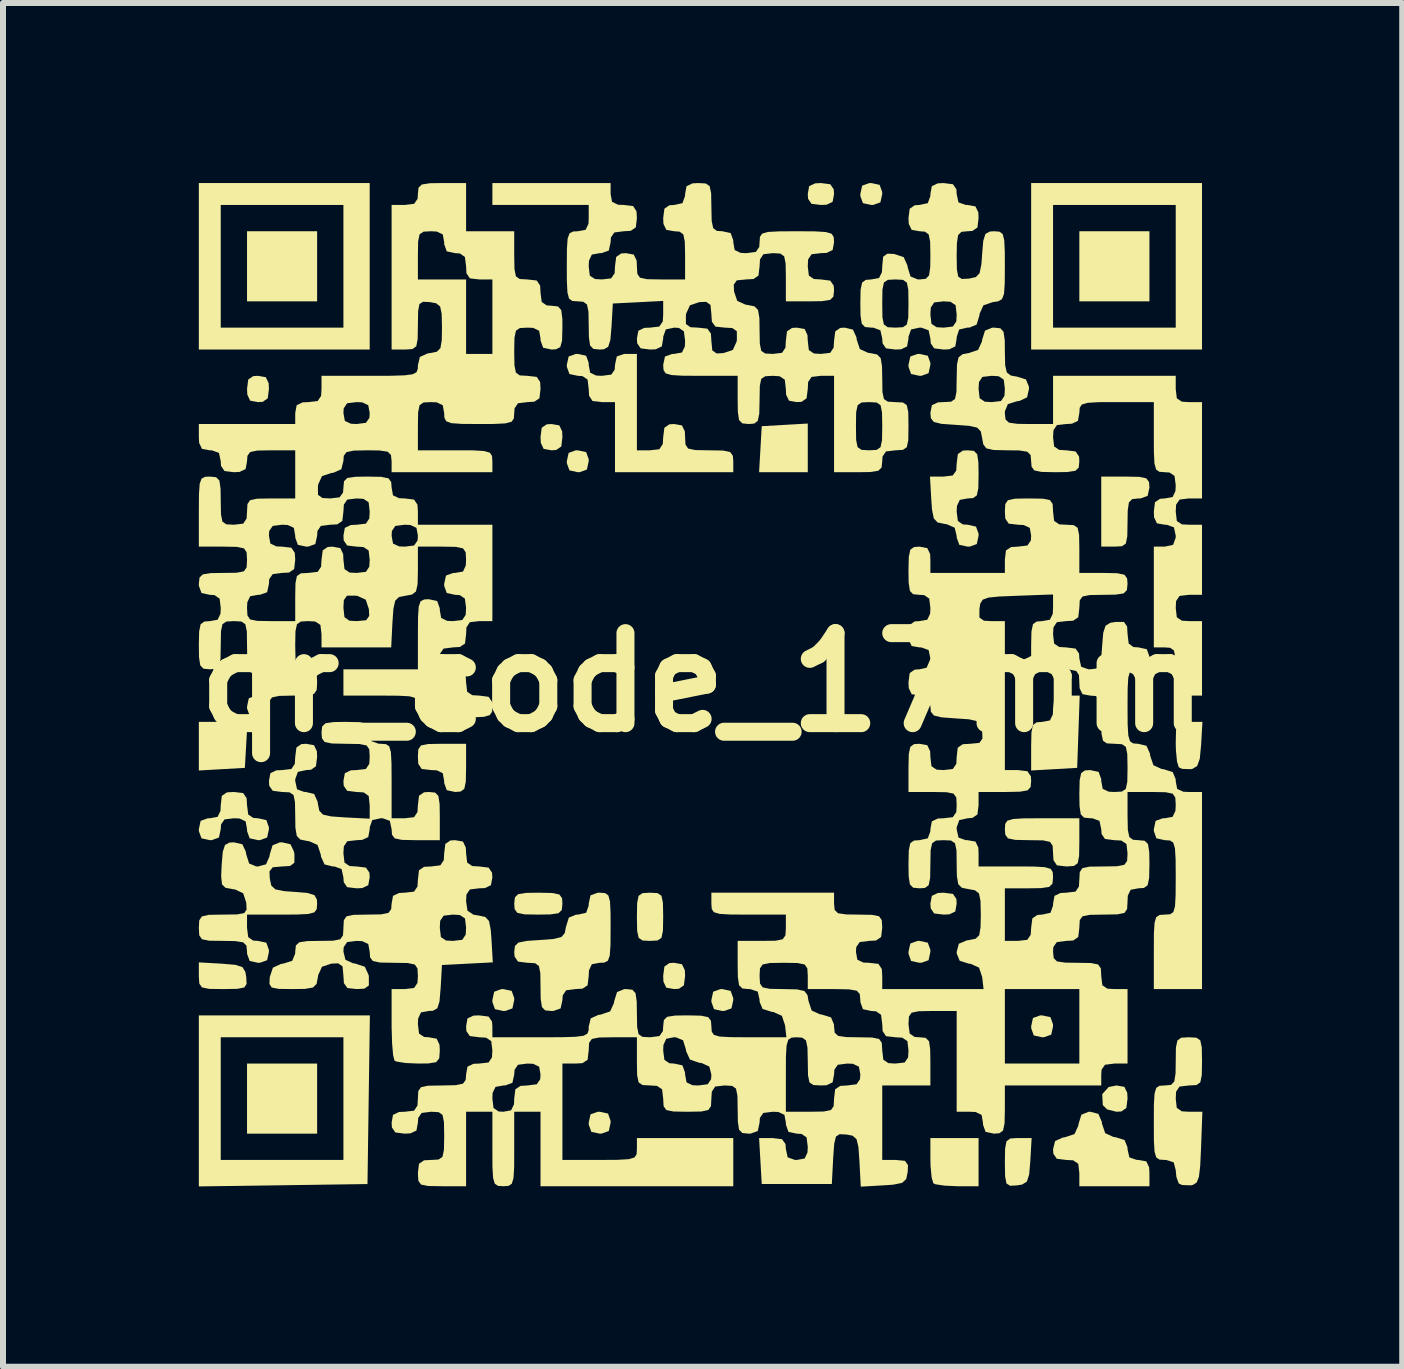
<source format=kicad_pcb>
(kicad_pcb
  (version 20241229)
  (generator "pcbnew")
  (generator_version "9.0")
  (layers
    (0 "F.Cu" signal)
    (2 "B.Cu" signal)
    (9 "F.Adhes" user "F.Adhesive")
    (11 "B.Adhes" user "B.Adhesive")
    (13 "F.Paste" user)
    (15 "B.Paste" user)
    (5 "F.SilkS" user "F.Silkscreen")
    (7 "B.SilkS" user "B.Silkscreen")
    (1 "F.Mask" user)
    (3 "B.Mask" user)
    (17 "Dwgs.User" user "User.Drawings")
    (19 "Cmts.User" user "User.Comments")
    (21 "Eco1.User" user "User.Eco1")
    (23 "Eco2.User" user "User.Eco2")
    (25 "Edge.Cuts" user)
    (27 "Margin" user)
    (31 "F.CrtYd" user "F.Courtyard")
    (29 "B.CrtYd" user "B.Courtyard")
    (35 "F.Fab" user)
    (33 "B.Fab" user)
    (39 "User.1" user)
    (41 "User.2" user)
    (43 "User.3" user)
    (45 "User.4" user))
  (footprint "qr_code_17mm"
    (layer "F.Cu")
    (at 8.657 8.321)
    (property "Reference" "qr_code_17mm" (at 0 0 0) (layer "F.SilkS") (effects (font (size 1.5 1.5) (thickness 0.3))))
    (attr board_only exclude_from_pos_files exclude_from_bom)
    (fp_poly (pts (xy -7.605 1.04) (xy -7.627 1.423) (xy -8.01 1.445) (xy -8.394 1.467) (xy -8.394 1.062) (xy -8.394 0.657) (xy -7.988 0.657) (xy -7.583 0.657)) (stroke (width 0) (type solid)) (fill yes) (layer "F.SilkS"))
    (fp_poly (pts (xy -6.423 -6.934) (xy -6.423 -6.35) (xy -7.007 -6.35) (xy -7.591 -6.35) (xy -7.591 -6.934) (xy -7.591 -7.518) (xy -7.007 -7.518) (xy -6.423 -7.518)) (stroke (width 0) (type solid)) (fill yes) (layer "F.SilkS"))
    (fp_poly (pts (xy -6.423 6.934) (xy -6.423 7.518) (xy -7.007 7.518) (xy -7.591 7.518) (xy -7.591 6.934) (xy -7.591 6.35) (xy -7.007 6.35) (xy -6.423 6.35)) (stroke (width 0) (type solid)) (fill yes) (layer "F.SilkS"))
    (fp_poly (pts (xy 1.752 -3.909) (xy 1.752 -3.503) (xy 1.346 -3.503) (xy 0.941 -3.503) (xy 0.963 -3.887) (xy 0.985 -4.27) (xy 1.369 -4.292) (xy 1.752 -4.314)) (stroke (width 0) (type solid)) (fill yes) (layer "F.SilkS"))
    (fp_poly (pts (xy 7.445 -6.934) (xy 7.445 -6.35) (xy 6.861 -6.35) (xy 6.277 -6.35) (xy 6.277 -6.934) (xy 6.277 -7.518) (xy 6.861 -7.518) (xy 7.445 -7.518)) (stroke (width 0) (type solid)) (fill yes) (layer "F.SilkS"))
    (fp_poly (pts (xy 7.027 6.738) (xy 7.075 6.837) (xy 7.08 6.934) (xy 7.06 7.09) (xy 6.977 7.148) (xy 6.895 7.153) (xy 6.74 7.114) (xy 6.668 7.043) (xy 6.658 6.86) (xy 6.766 6.741) (xy 6.895 6.715)) (stroke (width 0) (type solid)) (fill yes) (layer "F.SilkS"))
    (fp_poly (pts (xy -7.278 -5.086) (xy -7.23 -4.985) (xy -7.226 -4.89) (xy -7.246 -4.734) (xy -7.329 -4.676) (xy -7.408 -4.671) (xy -7.539 -4.695) (xy -7.586 -4.795) (xy -7.591 -4.89) (xy -7.571 -5.047) (xy -7.488 -5.104) (xy -7.408 -5.109)) (stroke (width 0) (type solid)) (fill yes) (layer "F.SilkS"))
    (fp_poly (pts (xy -3.182 5.139) (xy -3.139 5.258) (xy -3.139 5.292) (xy -3.169 5.431) (xy -3.287 5.473) (xy -3.321 5.474) (xy -3.46 5.444) (xy -3.503 5.325) (xy -3.503 5.292) (xy -3.473 5.153) (xy -3.355 5.11) (xy -3.321 5.109)) (stroke (width 0) (type solid)) (fill yes) (layer "F.SilkS"))
    (fp_poly (pts (xy -2.388 -4.283) (xy -2.34 -4.183) (xy -2.336 -4.087) (xy -2.355 -3.931) (xy -2.439 -3.874) (xy -2.518 -3.868) (xy -2.649 -3.892) (xy -2.696 -3.992) (xy -2.701 -4.087) (xy -2.681 -4.244) (xy -2.597 -4.301) (xy -2.518 -4.306)) (stroke (width 0) (type solid)) (fill yes) (layer "F.SilkS"))
    (fp_poly (pts (xy -1.941 -3.838) (xy -1.898 -3.72) (xy -1.898 -3.686) (xy -1.928 -3.547) (xy -2.047 -3.504) (xy -2.08 -3.503) (xy -2.219 -3.534) (xy -2.262 -3.652) (xy -2.263 -3.686) (xy -2.232 -3.825) (xy -2.114 -3.868) (xy -2.08 -3.868)) (stroke (width 0) (type solid)) (fill yes) (layer "F.SilkS"))
    (fp_poly (pts (xy -1.576 7.183) (xy -1.534 7.302) (xy -1.533 7.335) (xy -1.563 7.474) (xy -1.682 7.517) (xy -1.715 7.518) (xy -1.854 7.488) (xy -1.897 7.369) (xy -1.898 7.335) (xy -1.868 7.196) (xy -1.749 7.154) (xy -1.715 7.153)) (stroke (width 0) (type solid)) (fill yes) (layer "F.SilkS"))
    (fp_poly (pts (xy -0.344 4.695) (xy -0.296 4.795) (xy -0.292 4.89) (xy -0.312 5.047) (xy -0.395 5.104) (xy -0.474 5.109) (xy -0.605 5.086) (xy -0.653 4.985) (xy -0.657 4.89) (xy -0.637 4.734) (xy -0.554 4.676) (xy -0.474 4.671)) (stroke (width 0) (type solid)) (fill yes) (layer "F.SilkS"))
    (fp_poly (pts (xy 0.467 5.139) (xy 0.51 5.258) (xy 0.511 5.292) (xy 0.481 5.431) (xy 0.362 5.473) (xy 0.328 5.474) (xy 0.19 5.444) (xy 0.147 5.325) (xy 0.146 5.292) (xy 0.176 5.153) (xy 0.295 5.11) (xy 0.328 5.109)) (stroke (width 0) (type solid)) (fill yes) (layer "F.SilkS"))
    (fp_poly (pts (xy 2.127 -8.301) (xy 2.184 -8.218) (xy 2.19 -8.138) (xy 2.166 -8.008) (xy 2.066 -7.96) (xy 1.971 -7.956) (xy 1.814 -7.975) (xy 1.757 -8.059) (xy 1.752 -8.138) (xy 1.775 -8.269) (xy 1.875 -8.316) (xy 1.971 -8.321)) (stroke (width 0) (type solid)) (fill yes) (layer "F.SilkS"))
    (fp_poly (pts (xy 2.949 -8.291) (xy 2.992 -8.172) (xy 2.993 -8.138) (xy 2.962 -7.999) (xy 2.844 -7.957) (xy 2.81 -7.956) (xy 2.671 -7.986) (xy 2.628 -8.105) (xy 2.628 -8.138) (xy 2.658 -8.277) (xy 2.776 -8.32) (xy 2.81 -8.321)) (stroke (width 0) (type solid)) (fill yes) (layer "F.SilkS"))
    (fp_poly (pts (xy 3.752 -5.444) (xy 3.795 -5.325) (xy 3.795 -5.292) (xy 3.765 -5.153) (xy 3.647 -5.11) (xy 3.613 -5.109) (xy 3.474 -5.139) (xy 3.431 -5.258) (xy 3.43 -5.292) (xy 3.461 -5.431) (xy 3.579 -5.473) (xy 3.613 -5.474)) (stroke (width 0) (type solid)) (fill yes) (layer "F.SilkS"))
    (fp_poly (pts (xy 3.752 4.336) (xy 3.795 4.455) (xy 3.795 4.489) (xy 3.765 4.628) (xy 3.647 4.67) (xy 3.613 4.671) (xy 3.474 4.641) (xy 3.431 4.522) (xy 3.43 4.489) (xy 3.461 4.35) (xy 3.579 4.307) (xy 3.613 4.306)) (stroke (width 0) (type solid)) (fill yes) (layer "F.SilkS"))
    (fp_poly (pts (xy 4.171 3.523) (xy 4.228 3.607) (xy 4.233 3.686) (xy 4.21 3.816) (xy 4.11 3.864) (xy 4.014 3.868) (xy 3.858 3.849) (xy 3.801 3.765) (xy 3.795 3.686) (xy 3.819 3.556) (xy 3.919 3.508) (xy 4.014 3.503)) (stroke (width 0) (type solid)) (fill yes) (layer "F.SilkS"))
    (fp_poly (pts (xy 4.598 7.992) (xy 4.598 8.394) (xy 4.245 8.394) (xy 4.029 8.384) (xy 3.879 8.361) (xy 3.844 8.345) (xy 3.816 8.249) (xy 3.798 8.06) (xy 3.795 7.944) (xy 3.795 7.591) (xy 4.197 7.591) (xy 4.598 7.591)) (stroke (width 0) (type solid)) (fill yes) (layer "F.SilkS"))
    (fp_poly (pts (xy 5.796 5.577) (xy 5.838 5.696) (xy 5.839 5.73) (xy 5.809 5.868) (xy 5.69 5.911) (xy 5.657 5.912) (xy 5.518 5.882) (xy 5.475 5.763) (xy 5.474 5.73) (xy 5.504 5.591) (xy 5.623 5.548) (xy 5.657 5.547)) (stroke (width 0) (type solid)) (fill yes) (layer "F.SilkS"))
    (fp_poly (pts (xy 8.306 1.04) (xy 8.284 1.27) (xy 8.241 1.391) (xy 8.162 1.44) (xy 8.135 1.445) (xy 7.99 1.44) (xy 7.934 1.414) (xy 7.904 1.316) (xy 7.886 1.126) (xy 7.883 1.01) (xy 7.888 0.798) (xy 7.919 0.695) (xy 8.002 0.66) (xy 8.106 0.657) (xy 8.328 0.657)) (stroke (width 0) (type solid)) (fill yes) (layer "F.SilkS"))
    (fp_poly (pts (xy -8.01 4.686) (xy -7.786 4.705) (xy -7.668 4.743) (xy -7.619 4.821) (xy -7.604 4.908) (xy -7.598 5.023) (xy -7.636 5.082) (xy -7.752 5.105) (xy -7.98 5.109) (xy -7.987 5.109) (xy -8.219 5.106) (xy -8.34 5.082) (xy -8.386 5.019) (xy -8.394 4.897) (xy -8.394 4.886) (xy -8.394 4.664)) (stroke (width 0) (type solid)) (fill yes) (layer "F.SilkS"))
    (fp_poly (pts (xy -2.507 3.508) (xy -2.387 3.533) (xy -2.342 3.595) (xy -2.336 3.686) (xy -2.346 3.79) (xy -2.401 3.845) (xy -2.537 3.865) (xy -2.737 3.868) (xy -2.967 3.864) (xy -3.087 3.839) (xy -3.132 3.777) (xy -3.139 3.686) (xy -3.128 3.581) (xy -3.073 3.527) (xy -2.938 3.506) (xy -2.737 3.503)) (stroke (width 0) (type solid)) (fill yes) (layer "F.SilkS"))
    (fp_poly (pts (xy 5.46 7.974) (xy 5.441 8.199) (xy 5.403 8.316) (xy 5.324 8.366) (xy 5.237 8.38) (xy 5.123 8.386) (xy 5.063 8.348) (xy 5.04 8.232) (xy 5.036 8.005) (xy 5.036 7.997) (xy 5.04 7.766) (xy 5.063 7.645) (xy 5.126 7.598) (xy 5.248 7.591) (xy 5.259 7.591) (xy 5.482 7.591)) (stroke (width 0) (type solid)) (fill yes) (layer "F.SilkS"))
    (fp_poly (pts (xy 6.262 0.821) (xy 6.241 1.423) (xy 5.857 1.445) (xy 5.474 1.467) (xy 5.474 1.062) (xy 5.479 0.831) (xy 5.503 0.71) (xy 5.564 0.664) (xy 5.657 0.657) (xy 5.787 0.633) (xy 5.835 0.533) (xy 5.839 0.438) (xy 5.857 0.284) (xy 5.941 0.226) (xy 6.061 0.219) (xy 6.283 0.219)) (stroke (width 0) (type solid)) (fill yes) (layer "F.SilkS"))
    (fp_poly (pts (xy -5.547 -6.934) (xy -5.547 -5.547) (xy -6.97 -5.547) (xy -8.394 -5.547) (xy -8.394 -6.934) (xy -8.029 -6.934) (xy -8.029 -5.912) (xy -7.007 -5.912) (xy -5.985 -5.912) (xy -5.985 -6.934) (xy -5.985 -7.956) (xy -7.007 -7.956) (xy -8.029 -7.956) (xy -8.029 -6.934) (xy -8.394 -6.934) (xy -8.394 -8.321) (xy -6.97 -8.321) (xy -5.547 -8.321)) (stroke (width 0) (type solid)) (fill yes) (layer "F.SilkS"))
    (fp_poly (pts (xy 8.321 -6.934) (xy 8.321 -5.547) (xy 6.897 -5.547) (xy 5.474 -5.547) (xy 5.474 -6.934) (xy 5.839 -6.934) (xy 5.839 -5.912) (xy 6.861 -5.912) (xy 7.883 -5.912) (xy 7.883 -6.934) (xy 7.883 -7.956) (xy 6.861 -7.956) (xy 5.839 -7.956) (xy 5.839 -6.934) (xy 5.474 -6.934) (xy 5.474 -8.321) (xy 6.897 -8.321) (xy 8.321 -8.321)) (stroke (width 0) (type solid)) (fill yes) (layer "F.SilkS"))
    (fp_poly (pts (xy -5.564 6.952) (xy -5.584 8.357) (xy -6.989 8.377) (xy -8.394 8.397) (xy -8.394 6.972) (xy -8.394 6.934) (xy -8.029 6.934) (xy -8.029 7.956) (xy -7.007 7.956) (xy -5.985 7.956) (xy -5.985 6.934) (xy -5.985 5.912) (xy -7.007 5.912) (xy -8.029 5.912) (xy -8.029 6.934) (xy -8.394 6.934) (xy -8.394 5.547) (xy -6.969 5.547) (xy -5.544 5.547)) (stroke (width 0) (type solid)) (fill yes) (layer "F.SilkS"))
    (fp_poly (pts (xy -3.941 1.423) (xy -3.946 1.653) (xy -3.971 1.773) (xy -4.033 1.818) (xy -4.124 1.825) (xy -4.263 1.795) (xy -4.306 1.676) (xy -4.306 1.642) (xy -4.33 1.512) (xy -4.43 1.464) (xy -4.525 1.46) (xy -4.68 1.442) (xy -4.738 1.356) (xy -4.744 1.241) (xy -4.738 1.116) (xy -4.693 1.05) (xy -4.576 1.026) (xy -4.349 1.022) (xy -4.343 1.022) (xy -3.941 1.022)) (stroke (width 0) (type solid)) (fill yes) (layer "F.SilkS"))
    (fp_poly (pts (xy -0.751 3.51) (xy -0.686 3.554) (xy -0.661 3.672) (xy -0.657 3.899) (xy -0.657 3.905) (xy -0.661 4.134) (xy -0.685 4.254) (xy -0.749 4.299) (xy -0.873 4.306) (xy -0.876 4.306) (xy -1.001 4.3) (xy -1.066 4.255) (xy -1.091 4.138) (xy -1.095 3.911) (xy -1.095 3.905) (xy -1.091 3.675) (xy -1.067 3.556) (xy -1.003 3.511) (xy -0.879 3.503) (xy -0.876 3.503)) (stroke (width 0) (type solid)) (fill yes) (layer "F.SilkS"))
    (fp_poly (pts (xy 7.273 -3.426) (xy 7.393 -3.401) (xy 7.438 -3.339) (xy 7.445 -3.248) (xy 7.415 -3.109) (xy 7.296 -3.066) (xy 7.262 -3.066) (xy 7.158 -3.055) (xy 7.103 -3) (xy 7.083 -2.865) (xy 7.08 -2.664) (xy 7.076 -2.435) (xy 7.052 -2.315) (xy 6.988 -2.27) (xy 6.864 -2.263) (xy 6.861 -2.263) (xy 6.642 -2.263) (xy 6.642 -2.847) (xy 6.642 -3.43) (xy 7.043 -3.43)) (stroke (width 0) (type solid)) (fill yes) (layer "F.SilkS"))
    (fp_poly (pts (xy 6.277 2.664) (xy 6.273 2.894) (xy 6.249 3.013) (xy 6.185 3.058) (xy 6.061 3.066) (xy 6.058 3.066) (xy 5.903 3.047) (xy 5.846 2.962) (xy 5.839 2.847) (xy 5.832 2.721) (xy 5.788 2.656) (xy 5.671 2.631) (xy 5.444 2.628) (xy 5.438 2.628) (xy 5.208 2.623) (xy 5.088 2.598) (xy 5.043 2.536) (xy 5.036 2.445) (xy 5.042 2.357) (xy 5.078 2.303) (xy 5.174 2.275) (xy 5.359 2.264) (xy 5.657 2.263) (xy 6.277 2.263)) (stroke (width 0) (type solid)) (fill yes) (layer "F.SilkS"))
    (fp_poly (pts (xy 6.594 7.188) (xy 6.651 7.32) (xy 6.655 7.354) (xy 6.708 7.51) (xy 6.846 7.573) (xy 6.879 7.577) (xy 7.03 7.624) (xy 7.079 7.743) (xy 7.08 7.778) (xy 7.111 7.914) (xy 7.233 7.955) (xy 7.262 7.956) (xy 7.393 7.979) (xy 7.44 8.079) (xy 7.445 8.175) (xy 7.445 8.394) (xy 6.861 8.394) (xy 6.277 8.394) (xy 6.277 8.175) (xy 6.259 8.02) (xy 6.174 7.962) (xy 6.058 7.956) (xy 5.901 7.936) (xy 5.844 7.852) (xy 5.839 7.778) (xy 5.873 7.641) (xy 6 7.583) (xy 6.04 7.577) (xy 6.196 7.525) (xy 6.259 7.387) (xy 6.264 7.354) (xy 6.311 7.202) (xy 6.43 7.154) (xy 6.459 7.153)) (stroke (width 0) (type solid)) (fill yes) (layer "F.SilkS"))
    (fp_poly (pts (xy -7.655 1.843) (xy -7.598 1.928) (xy -7.591 2.044) (xy -7.571 2.2) (xy -7.488 2.257) (xy -7.408 2.263) (xy -7.269 2.293) (xy -7.227 2.411) (xy -7.226 2.445) (xy -7.256 2.584) (xy -7.375 2.627) (xy -7.408 2.628) (xy -7.547 2.597) (xy -7.59 2.479) (xy -7.591 2.445) (xy -7.614 2.315) (xy -7.715 2.267) (xy -7.81 2.263) (xy -7.966 2.282) (xy -8.024 2.366) (xy -8.029 2.445) (xy -8.059 2.584) (xy -8.178 2.627) (xy -8.211 2.628) (xy -8.35 2.597) (xy -8.393 2.479) (xy -8.394 2.445) (xy -8.364 2.306) (xy -8.245 2.263) (xy -8.211 2.263) (xy -8.081 2.239) (xy -8.033 2.139) (xy -8.029 2.044) (xy -8.011 1.889) (xy -7.925 1.831) (xy -7.81 1.825)) (stroke (width 0) (type solid)) (fill yes) (layer "F.SilkS"))
    (fp_poly (pts (xy 4.52 -3.858) (xy 4.575 -3.803) (xy 4.595 -3.667) (xy 4.598 -3.467) (xy 4.594 -3.237) (xy 4.569 -3.117) (xy 4.507 -3.072) (xy 4.416 -3.066) (xy 4.285 -3.042) (xy 4.238 -2.942) (xy 4.233 -2.847) (xy 4.253 -2.69) (xy 4.336 -2.633) (xy 4.416 -2.628) (xy 4.555 -2.597) (xy 4.598 -2.479) (xy 4.598 -2.445) (xy 4.568 -2.306) (xy 4.449 -2.263) (xy 4.416 -2.263) (xy 4.277 -2.293) (xy 4.234 -2.411) (xy 4.233 -2.44) (xy 4.2 -2.578) (xy 4.072 -2.635) (xy 4.033 -2.641) (xy 3.915 -2.666) (xy 3.852 -2.733) (xy 3.822 -2.88) (xy 3.81 -3.047) (xy 3.788 -3.43) (xy 4.011 -3.43) (xy 4.167 -3.448) (xy 4.226 -3.53) (xy 4.233 -3.649) (xy 4.253 -3.806) (xy 4.336 -3.863) (xy 4.416 -3.868)) (stroke (width 0) (type solid)) (fill yes) (layer "F.SilkS"))
    (fp_poly (pts (xy 8.227 5.919) (xy 8.292 5.963) (xy 8.317 6.081) (xy 8.321 6.307) (xy 8.321 6.314) (xy 8.317 6.543) (xy 8.293 6.662) (xy 8.229 6.708) (xy 8.105 6.715) (xy 8.102 6.715) (xy 7.947 6.733) (xy 7.889 6.818) (xy 7.883 6.934) (xy 7.9 7.088) (xy 7.985 7.146) (xy 8.105 7.153) (xy 8.327 7.153) (xy 8.305 7.755) (xy 8.291 8.053) (xy 8.27 8.235) (xy 8.233 8.331) (xy 8.172 8.371) (xy 8.135 8.379) (xy 7.99 8.374) (xy 7.934 8.348) (xy 7.894 8.241) (xy 7.883 8.126) (xy 7.849 7.996) (xy 7.723 7.956) (xy 7.7 7.956) (xy 7.612 7.95) (xy 7.558 7.914) (xy 7.53 7.818) (xy 7.519 7.633) (xy 7.518 7.335) (xy 7.519 7.035) (xy 7.53 6.852) (xy 7.558 6.756) (xy 7.613 6.72) (xy 7.7 6.715) (xy 7.805 6.705) (xy 7.859 6.649) (xy 7.88 6.514) (xy 7.883 6.314) (xy 7.886 6.084) (xy 7.911 5.965) (xy 7.975 5.919) (xy 8.098 5.912) (xy 8.102 5.912)) (stroke (width 0) (type solid)) (fill yes) (layer "F.SilkS"))
    (fp_poly (pts (xy -1.625 3.51) (xy -1.571 3.548) (xy -1.543 3.649) (xy -1.534 3.841) (xy -1.533 4.087) (xy -1.535 4.377) (xy -1.547 4.55) (xy -1.578 4.637) (xy -1.638 4.668) (xy -1.715 4.671) (xy -1.846 4.695) (xy -1.893 4.795) (xy -1.898 4.89) (xy -1.916 5.045) (xy -2.001 5.102) (xy -2.117 5.109) (xy -2.273 5.129) (xy -2.33 5.212) (xy -2.336 5.292) (xy -2.366 5.431) (xy -2.484 5.473) (xy -2.518 5.474) (xy -2.623 5.464) (xy -2.677 5.409) (xy -2.698 5.273) (xy -2.701 5.073) (xy -2.704 4.843) (xy -2.728 4.724) (xy -2.792 4.678) (xy -2.916 4.671) (xy -2.92 4.671) (xy -3.076 4.651) (xy -3.133 4.568) (xy -3.139 4.492) (xy -3.127 4.391) (xy -3.069 4.334) (xy -2.929 4.306) (xy -2.719 4.292) (xy -2.482 4.274) (xy -2.353 4.242) (xy -2.297 4.176) (xy -2.276 4.069) (xy -2.229 3.918) (xy -2.11 3.869) (xy -2.075 3.868) (xy -1.94 3.837) (xy -1.898 3.716) (xy -1.898 3.686) (xy -1.868 3.547) (xy -1.749 3.504) (xy -1.715 3.503)) (stroke (width 0) (type solid)) (fill yes) (layer "F.SilkS"))
    (fp_poly (pts (xy -1.095 -4.671) (xy -1.095 -3.868) (xy -0.876 -3.868) (xy -0.721 -3.886) (xy -0.664 -3.972) (xy -0.657 -4.087) (xy -0.637 -4.244) (xy -0.554 -4.301) (xy -0.474 -4.306) (xy -0.344 -4.283) (xy -0.296 -4.183) (xy -0.292 -4.087) (xy -0.285 -3.962) (xy -0.241 -3.897) (xy -0.123 -3.872) (xy 0.103 -3.868) (xy 0.109 -3.868) (xy 0.339 -3.864) (xy 0.459 -3.839) (xy 0.504 -3.777) (xy 0.511 -3.686) (xy 0.511 -3.503) (xy -0.474 -3.503) (xy -1.46 -3.503) (xy -1.46 -4.087) (xy -1.46 -4.671) (xy -1.679 -4.671) (xy -1.834 -4.689) (xy -1.891 -4.775) (xy -1.898 -4.89) (xy -1.917 -5.047) (xy -2.001 -5.104) (xy -2.08 -5.109) (xy -2.219 -5.139) (xy -2.262 -5.258) (xy -2.263 -5.292) (xy -2.232 -5.431) (xy -2.114 -5.473) (xy -2.08 -5.474) (xy -1.941 -5.444) (xy -1.898 -5.325) (xy -1.898 -5.292) (xy -1.874 -5.161) (xy -1.774 -5.114) (xy -1.679 -5.109) (xy -1.522 -5.129) (xy -1.465 -5.212) (xy -1.46 -5.292) (xy -1.43 -5.431) (xy -1.311 -5.473) (xy -1.277 -5.474) (xy -1.095 -5.474)) (stroke (width 0) (type solid)) (fill yes) (layer "F.SilkS"))
    (fp_poly (pts (xy -6.867 2.696) (xy -6.808 2.82) (xy -6.801 2.865) (xy -6.802 3.004) (xy -6.874 3.058) (xy -7.007 3.066) (xy -7.164 3.08) (xy -7.217 3.149) (xy -7.212 3.266) (xy -7.187 3.384) (xy -7.12 3.447) (xy -6.973 3.477) (xy -6.806 3.489) (xy -6.582 3.508) (xy -6.468 3.544) (xy -6.427 3.617) (xy -6.423 3.69) (xy -6.43 3.778) (xy -6.47 3.831) (xy -6.572 3.858) (xy -6.768 3.867) (xy -7.007 3.868) (xy -7.591 3.868) (xy -7.591 4.087) (xy -7.571 4.244) (xy -7.488 4.301) (xy -7.408 4.306) (xy -7.269 4.336) (xy -7.227 4.455) (xy -7.226 4.489) (xy -7.256 4.628) (xy -7.375 4.67) (xy -7.408 4.671) (xy -7.547 4.641) (xy -7.59 4.522) (xy -7.591 4.489) (xy -7.601 4.384) (xy -7.656 4.33) (xy -7.792 4.309) (xy -7.992 4.306) (xy -8.222 4.303) (xy -8.341 4.279) (xy -8.387 4.214) (xy -8.394 4.091) (xy -8.394 4.087) (xy -8.387 3.963) (xy -8.343 3.898) (xy -8.227 3.872) (xy -8.002 3.868) (xy -7.987 3.868) (xy -7.757 3.865) (xy -7.638 3.843) (xy -7.598 3.784) (xy -7.604 3.672) (xy -7.604 3.668) (xy -7.655 3.513) (xy -7.791 3.449) (xy -7.832 3.444) (xy -7.951 3.421) (xy -8.008 3.364) (xy -8.022 3.232) (xy -8.014 3.042) (xy -7.995 2.82) (xy -7.958 2.708) (xy -7.884 2.668) (xy -7.81 2.664) (xy -7.669 2.696) (xy -7.611 2.82) (xy -7.604 2.865) (xy -7.556 3.016) (xy -7.438 3.065) (xy -7.408 3.066) (xy -7.274 3.03) (xy -7.217 2.899) (xy -7.212 2.865) (xy -7.166 2.714) (xy -7.048 2.665) (xy -7.007 2.664)) (stroke (width 0) (type solid)) (fill yes) (layer "F.SilkS"))
    (fp_poly (pts (xy -5.719 0.662) (xy -5.599 0.687) (xy -5.554 0.748) (xy -5.547 0.839) (xy -5.517 0.978) (xy -5.398 1.021) (xy -5.365 1.022) (xy -5.276 1.028) (xy -5.222 1.064) (xy -5.194 1.16) (xy -5.184 1.344) (xy -5.182 1.642) (xy -5.182 2.263) (xy -4.963 2.263) (xy -4.808 2.245) (xy -4.751 2.159) (xy -4.744 2.044) (xy -4.725 1.887) (xy -4.641 1.83) (xy -4.562 1.825) (xy -4.457 1.835) (xy -4.403 1.89) (xy -4.382 2.026) (xy -4.379 2.226) (xy -4.379 2.628) (xy -4.781 2.628) (xy -5.011 2.623) (xy -5.13 2.598) (xy -5.176 2.536) (xy -5.182 2.445) (xy -5.212 2.306) (xy -5.331 2.263) (xy -5.365 2.263) (xy -5.504 2.293) (xy -5.546 2.411) (xy -5.547 2.445) (xy -5.571 2.576) (xy -5.671 2.623) (xy -5.766 2.628) (xy -5.921 2.646) (xy -5.978 2.731) (xy -5.985 2.847) (xy -5.967 3.002) (xy -5.882 3.059) (xy -5.766 3.066) (xy -5.61 3.085) (xy -5.552 3.169) (xy -5.547 3.248) (xy -5.571 3.378) (xy -5.671 3.426) (xy -5.766 3.43) (xy -5.923 3.411) (xy -5.98 3.327) (xy -5.985 3.248) (xy -6.016 3.109) (xy -6.134 3.066) (xy -6.163 3.066) (xy -6.3 3.032) (xy -6.358 2.904) (xy -6.363 2.865) (xy -6.416 2.708) (xy -6.554 2.646) (xy -6.587 2.641) (xy -6.703 2.618) (xy -6.762 2.558) (xy -6.785 2.422) (xy -6.788 2.221) (xy -6.792 1.994) (xy -6.816 1.876) (xy -6.882 1.831) (xy -7.007 1.825) (xy -7.163 1.805) (xy -7.221 1.722) (xy -7.226 1.642) (xy -7.202 1.512) (xy -7.102 1.464) (xy -7.007 1.46) (xy -6.852 1.442) (xy -6.795 1.356) (xy -6.788 1.241) (xy -6.768 1.084) (xy -6.685 1.027) (xy -6.605 1.022) (xy -6.475 1.045) (xy -6.427 1.146) (xy -6.423 1.241) (xy -6.443 1.397) (xy -6.526 1.455) (xy -6.605 1.46) (xy -6.744 1.49) (xy -6.787 1.609) (xy -6.788 1.642) (xy -6.757 1.781) (xy -6.639 1.824) (xy -6.61 1.825) (xy -6.473 1.858) (xy -6.415 1.986) (xy -6.41 2.025) (xy -6.386 2.139) (xy -6.325 2.202) (xy -6.19 2.232) (xy -5.967 2.248) (xy -5.547 2.27) (xy -5.547 2.047) (xy -5.564 1.891) (xy -5.647 1.832) (xy -5.766 1.825) (xy -5.923 1.805) (xy -5.98 1.722) (xy -5.985 1.642) (xy -5.961 1.512) (xy -5.861 1.464) (xy -5.766 1.46) (xy -5.611 1.442) (xy -5.554 1.356) (xy -5.547 1.241) (xy -5.554 1.116) (xy -5.598 1.05) (xy -5.716 1.026) (xy -5.942 1.022) (xy -5.949 1.022) (xy -6.178 1.017) (xy -6.298 0.992) (xy -6.343 0.93) (xy -6.35 0.839) (xy -6.34 0.735) (xy -6.285 0.68) (xy -6.149 0.66) (xy -5.949 0.657)) (stroke (width 0) (type solid)) (fill yes) (layer "F.SilkS"))
    (fp_poly (pts (xy 4.171 -8.301) (xy 4.228 -8.218) (xy 4.233 -8.138) (xy 4.263 -7.999) (xy 4.382 -7.957) (xy 4.416 -7.956) (xy 4.546 -7.932) (xy 4.594 -7.832) (xy 4.598 -7.737) (xy 4.579 -7.58) (xy 4.495 -7.523) (xy 4.416 -7.518) (xy 4.312 -7.508) (xy 4.257 -7.453) (xy 4.237 -7.319) (xy 4.233 -7.112) (xy 4.237 -6.881) (xy 4.259 -6.762) (xy 4.318 -6.723) (xy 4.43 -6.728) (xy 4.434 -6.728) (xy 4.552 -6.754) (xy 4.615 -6.82) (xy 4.645 -6.968) (xy 4.657 -7.135) (xy 4.676 -7.358) (xy 4.712 -7.473) (xy 4.785 -7.513) (xy 4.858 -7.518) (xy 4.946 -7.511) (xy 5 -7.471) (xy 5.026 -7.367) (xy 5.035 -7.171) (xy 5.036 -6.939) (xy 5.034 -6.65) (xy 5.022 -6.477) (xy 4.989 -6.387) (xy 4.924 -6.35) (xy 4.835 -6.337) (xy 4.679 -6.284) (xy 4.616 -6.146) (xy 4.612 -6.113) (xy 4.565 -5.962) (xy 4.446 -5.913) (xy 4.411 -5.912) (xy 4.275 -5.881) (xy 4.234 -5.759) (xy 4.233 -5.73) (xy 4.21 -5.599) (xy 4.11 -5.551) (xy 4.014 -5.547) (xy 3.858 -5.567) (xy 3.801 -5.65) (xy 3.795 -5.73) (xy 3.765 -5.868) (xy 3.647 -5.911) (xy 3.613 -5.912) (xy 3.474 -5.882) (xy 3.431 -5.763) (xy 3.43 -5.73) (xy 3.407 -5.599) (xy 3.307 -5.551) (xy 3.211 -5.547) (xy 3.055 -5.567) (xy 2.998 -5.65) (xy 2.993 -5.73) (xy 2.962 -5.868) (xy 2.844 -5.911) (xy 2.81 -5.912) (xy 2.706 -5.922) (xy 2.651 -5.978) (xy 2.631 -6.113) (xy 2.628 -6.314) (xy 2.628 -6.32) (xy 2.993 -6.32) (xy 2.993 -6.314) (xy 2.996 -6.084) (xy 3.02 -5.965) (xy 3.084 -5.919) (xy 3.208 -5.912) (xy 3.211 -5.912) (xy 3.337 -5.919) (xy 3.402 -5.963) (xy 3.427 -6.081) (xy 3.427 -6.131) (xy 3.795 -6.131) (xy 3.813 -5.976) (xy 3.899 -5.919) (xy 4.014 -5.912) (xy 4.169 -5.93) (xy 4.227 -6.015) (xy 4.233 -6.131) (xy 4.215 -6.286) (xy 4.13 -6.343) (xy 4.014 -6.35) (xy 3.859 -6.332) (xy 3.802 -6.247) (xy 3.795 -6.131) (xy 3.427 -6.131) (xy 3.43 -6.307) (xy 3.43 -6.314) (xy 3.427 -6.543) (xy 3.403 -6.662) (xy 3.339 -6.708) (xy 3.215 -6.715) (xy 3.211 -6.715) (xy 3.086 -6.708) (xy 3.021 -6.664) (xy 2.996 -6.546) (xy 2.993 -6.32) (xy 2.628 -6.32) (xy 2.632 -6.543) (xy 2.657 -6.663) (xy 2.719 -6.708) (xy 2.81 -6.715) (xy 2.939 -6.738) (xy 2.988 -6.836) (xy 2.993 -6.939) (xy 3.008 -7.094) (xy 3.08 -7.145) (xy 3.193 -7.139) (xy 3.35 -7.087) (xy 3.412 -6.949) (xy 3.417 -6.916) (xy 3.464 -6.765) (xy 3.583 -6.716) (xy 3.618 -6.715) (xy 3.72 -6.726) (xy 3.773 -6.783) (xy 3.793 -6.922) (xy 3.795 -7.116) (xy 3.791 -7.346) (xy 3.766 -7.466) (xy 3.704 -7.511) (xy 3.613 -7.518) (xy 3.483 -7.541) (xy 3.435 -7.642) (xy 3.43 -7.737) (xy 3.45 -7.893) (xy 3.534 -7.951) (xy 3.613 -7.956) (xy 3.752 -7.986) (xy 3.795 -8.105) (xy 3.795 -8.138) (xy 3.819 -8.269) (xy 3.919 -8.316) (xy 4.014 -8.321)) (stroke (width 0) (type solid)) (fill yes) (layer "F.SilkS"))
    (fp_poly (pts (xy -3.993 2.651) (xy -3.946 2.751) (xy -3.941 2.847) (xy -3.923 3.002) (xy -3.838 3.059) (xy -3.722 3.066) (xy -3.566 3.085) (xy -3.509 3.169) (xy -3.503 3.248) (xy -3.527 3.378) (xy -3.627 3.426) (xy -3.722 3.43) (xy -3.878 3.449) (xy -3.935 3.534) (xy -3.941 3.645) (xy -3.918 3.803) (xy -3.819 3.869) (xy -3.741 3.882) (xy -3.622 3.907) (xy -3.559 3.975) (xy -3.53 4.123) (xy -3.518 4.284) (xy -3.496 4.664) (xy -3.919 4.686) (xy -4.343 4.708) (xy -4.365 5.091) (xy -4.384 5.315) (xy -4.42 5.429) (xy -4.493 5.47) (xy -4.566 5.474) (xy -4.693 5.498) (xy -4.74 5.601) (xy -4.744 5.693) (xy -4.725 5.85) (xy -4.641 5.907) (xy -4.562 5.912) (xy -4.431 5.936) (xy -4.384 6.036) (xy -4.379 6.131) (xy -4.388 6.262) (xy -4.439 6.327) (xy -4.57 6.348) (xy -4.732 6.35) (xy -4.948 6.341) (xy -5.099 6.317) (xy -5.134 6.301) (xy -5.157 6.21) (xy -5.174 6.012) (xy -5.182 5.745) (xy -5.182 5.681) (xy -5.182 5.109) (xy -4.963 5.109) (xy -4.808 5.091) (xy -4.751 5.006) (xy -4.744 4.89) (xy -4.751 4.765) (xy -4.795 4.7) (xy -4.913 4.675) (xy -5.14 4.671) (xy -5.146 4.671) (xy -5.376 4.667) (xy -5.495 4.641) (xy -5.541 4.58) (xy -5.547 4.489) (xy -5.571 4.358) (xy -5.671 4.311) (xy -5.766 4.306) (xy -5.923 4.326) (xy -5.98 4.41) (xy -5.985 4.484) (xy -5.951 4.621) (xy -5.824 4.679) (xy -5.784 4.685) (xy -5.628 4.737) (xy -5.565 4.875) (xy -5.561 4.908) (xy -5.561 5.049) (xy -5.636 5.102) (xy -5.761 5.109) (xy -5.918 5.092) (xy -5.977 5.01) (xy -5.985 4.885) (xy -6 4.73) (xy -6.072 4.68) (xy -6.186 4.685) (xy -6.342 4.737) (xy -6.405 4.875) (xy -6.41 4.908) (xy -6.432 5.023) (xy -6.492 5.083) (xy -6.626 5.106) (xy -6.834 5.109) (xy -7.063 5.106) (xy -7.18 5.083) (xy -7.218 5.023) (xy -7.212 4.908) (xy -7.16 4.752) (xy -7.022 4.689) (xy -6.989 4.685) (xy -6.838 4.638) (xy -6.789 4.519) (xy -6.788 4.484) (xy -6.777 4.382) (xy -6.72 4.329) (xy -6.581 4.309) (xy -6.386 4.306) (xy -6.157 4.303) (xy -6.038 4.279) (xy -5.992 4.214) (xy -5.985 4.091) (xy -5.985 4.087) (xy -4.379 4.087) (xy -4.361 4.242) (xy -4.276 4.3) (xy -4.16 4.306) (xy -4.005 4.288) (xy -3.948 4.203) (xy -3.941 4.087) (xy -3.959 3.932) (xy -4.045 3.875) (xy -4.16 3.868) (xy -4.315 3.886) (xy -4.373 3.972) (xy -4.379 4.087) (xy -5.985 4.087) (xy -5.978 3.962) (xy -5.934 3.897) (xy -5.817 3.872) (xy -5.59 3.868) (xy -5.584 3.868) (xy -5.354 3.864) (xy -5.234 3.839) (xy -5.189 3.777) (xy -5.182 3.686) (xy -5.159 3.556) (xy -5.058 3.508) (xy -4.963 3.503) (xy -4.808 3.485) (xy -4.751 3.4) (xy -4.744 3.284) (xy -4.726 3.129) (xy -4.641 3.072) (xy -4.525 3.066) (xy -4.37 3.047) (xy -4.313 2.962) (xy -4.306 2.847) (xy -4.287 2.69) (xy -4.203 2.633) (xy -4.124 2.628)) (stroke (width 0) (type solid)) (fill yes) (layer "F.SilkS"))
    (fp_poly (pts (xy 4.961 -5.901) (xy 5.014 -5.843) (xy 5.034 -5.703) (xy 5.036 -5.515) (xy 5.041 -5.287) (xy 5.068 -5.165) (xy 5.135 -5.114) (xy 5.237 -5.096) (xy 5.387 -5.049) (xy 5.436 -4.931) (xy 5.438 -4.89) (xy 5.406 -4.75) (xy 5.281 -4.691) (xy 5.237 -4.685) (xy 5.086 -4.638) (xy 5.037 -4.519) (xy 5.036 -4.484) (xy 5.047 -4.382) (xy 5.104 -4.329) (xy 5.243 -4.309) (xy 5.438 -4.306) (xy 5.839 -4.306) (xy 5.839 -4.708) (xy 5.839 -5.109) (xy 6.861 -5.109) (xy 7.883 -5.109) (xy 7.883 -4.89) (xy 7.901 -4.735) (xy 7.986 -4.678) (xy 8.102 -4.671) (xy 8.321 -4.671) (xy 8.321 -3.868) (xy 8.321 -3.066) (xy 8.102 -3.066) (xy 7.947 -3.047) (xy 7.889 -2.962) (xy 7.883 -2.847) (xy 7.901 -2.691) (xy 7.986 -2.634) (xy 8.102 -2.628) (xy 8.321 -2.628) (xy 8.321 -2.044) (xy 8.321 -1.46) (xy 8.102 -1.46) (xy 7.947 -1.442) (xy 7.889 -1.356) (xy 7.883 -1.241) (xy 7.901 -1.086) (xy 7.986 -1.029) (xy 8.102 -1.022) (xy 8.321 -1.022) (xy 8.321 -0.401) (xy 8.321 0.219) (xy 8.102 0.219) (xy 7.977 0.212) (xy 7.911 0.168) (xy 7.887 0.051) (xy 7.883 -0.176) (xy 7.883 -0.182) (xy 7.878 -0.412) (xy 7.853 -0.532) (xy 7.791 -0.577) (xy 7.7 -0.584) (xy 7.518 -0.584) (xy 7.518 -1.423) (xy 7.518 -2.263) (xy 7.7 -2.263) (xy 7.839 -2.293) (xy 7.882 -2.411) (xy 7.883 -2.445) (xy 7.853 -2.584) (xy 7.734 -2.627) (xy 7.7 -2.628) (xy 7.57 -2.651) (xy 7.522 -2.751) (xy 7.518 -2.847) (xy 7.537 -3.003) (xy 7.621 -3.06) (xy 7.7 -3.066) (xy 7.831 -3.089) (xy 7.878 -3.189) (xy 7.883 -3.284) (xy 7.863 -3.441) (xy 7.78 -3.498) (xy 7.7 -3.503) (xy 7.61 -3.51) (xy 7.556 -3.548) (xy 7.528 -3.649) (xy 7.519 -3.841) (xy 7.518 -4.087) (xy 7.518 -4.671) (xy 6.897 -4.671) (xy 6.597 -4.67) (xy 6.414 -4.659) (xy 6.318 -4.631) (xy 6.283 -4.576) (xy 6.277 -4.489) (xy 6.253 -4.358) (xy 6.153 -4.311) (xy 6.058 -4.306) (xy 5.903 -4.288) (xy 5.846 -4.203) (xy 5.839 -4.087) (xy 5.857 -3.932) (xy 5.942 -3.875) (xy 6.058 -3.868) (xy 6.215 -3.849) (xy 6.272 -3.765) (xy 6.277 -3.686) (xy 6.267 -3.581) (xy 6.212 -3.527) (xy 6.076 -3.506) (xy 5.876 -3.503) (xy 5.646 -3.508) (xy 5.526 -3.533) (xy 5.481 -3.595) (xy 5.474 -3.686) (xy 5.464 -3.791) (xy 5.408 -3.845) (xy 5.271 -3.866) (xy 5.078 -3.868) (xy 4.849 -3.873) (xy 4.728 -3.9) (xy 4.676 -3.968) (xy 4.658 -4.069) (xy 4.635 -4.183) (xy 4.574 -4.246) (xy 4.438 -4.276) (xy 4.215 -4.292) (xy 3.978 -4.309) (xy 3.853 -4.34) (xy 3.803 -4.402) (xy 3.795 -4.492) (xy 3.82 -4.62) (xy 3.922 -4.667) (xy 4.014 -4.671) (xy 4.14 -4.678) (xy 4.205 -4.723) (xy 4.23 -4.842) (xy 4.23 -4.89) (xy 4.598 -4.89) (xy 4.616 -4.735) (xy 4.702 -4.678) (xy 4.817 -4.671) (xy 4.972 -4.689) (xy 5.029 -4.775) (xy 5.036 -4.89) (xy 5.018 -5.045) (xy 4.933 -5.102) (xy 4.817 -5.109) (xy 4.662 -5.091) (xy 4.605 -5.006) (xy 4.598 -4.89) (xy 4.23 -4.89) (xy 4.233 -5.068) (xy 4.238 -5.297) (xy 4.265 -5.418) (xy 4.333 -5.47) (xy 4.434 -5.488) (xy 4.59 -5.54) (xy 4.653 -5.678) (xy 4.658 -5.711) (xy 4.705 -5.862) (xy 4.824 -5.911) (xy 4.859 -5.912)) (stroke (width 0) (type solid)) (fill yes) (layer "F.SilkS"))
    (fp_poly (pts (xy -1.533 -8.138) (xy -1.509 -8.008) (xy -1.409 -7.96) (xy -1.314 -7.956) (xy -1.159 -7.938) (xy -1.102 -7.852) (xy -1.095 -7.737) (xy -1.113 -7.582) (xy -1.198 -7.525) (xy -1.314 -7.518) (xy -1.47 -7.498) (xy -1.528 -7.415) (xy -1.533 -7.335) (xy -1.563 -7.196) (xy -1.682 -7.154) (xy -1.715 -7.153) (xy -1.846 -7.129) (xy -1.893 -7.029) (xy -1.898 -6.934) (xy -1.88 -6.779) (xy -1.794 -6.722) (xy -1.679 -6.715) (xy -1.524 -6.733) (xy -1.466 -6.818) (xy -1.46 -6.934) (xy -1.44 -7.09) (xy -1.357 -7.148) (xy -1.277 -7.153) (xy -1.147 -7.129) (xy -1.099 -7.029) (xy -1.095 -6.934) (xy -1.088 -6.809) (xy -1.044 -6.744) (xy -0.926 -6.719) (xy -0.7 -6.715) (xy -0.693 -6.715) (xy -0.292 -6.715) (xy -0.292 -7.116) (xy -0.297 -7.346) (xy -0.322 -7.466) (xy -0.383 -7.511) (xy -0.474 -7.518) (xy -0.605 -7.541) (xy -0.653 -7.642) (xy -0.657 -7.737) (xy -0.637 -7.893) (xy -0.554 -7.951) (xy -0.474 -7.956) (xy -0.336 -7.986) (xy -0.293 -8.105) (xy -0.292 -8.138) (xy -0.268 -8.269) (xy -0.168 -8.316) (xy -0.073 -8.321) (xy 0.052 -8.314) (xy 0.117 -8.27) (xy 0.142 -8.152) (xy 0.146 -7.925) (xy 0.146 -7.919) (xy 0.151 -7.689) (xy 0.176 -7.57) (xy 0.237 -7.524) (xy 0.328 -7.518) (xy 0.467 -7.488) (xy 0.51 -7.369) (xy 0.511 -7.335) (xy 0.534 -7.205) (xy 0.635 -7.157) (xy 0.73 -7.153) (xy 0.886 -7.173) (xy 0.944 -7.256) (xy 0.949 -7.335) (xy 0.955 -7.424) (xy 0.991 -7.478) (xy 1.087 -7.506) (xy 1.271 -7.516) (xy 1.569 -7.518) (xy 1.87 -7.516) (xy 2.053 -7.505) (xy 2.148 -7.477) (xy 2.184 -7.423) (xy 2.19 -7.335) (xy 2.166 -7.205) (xy 2.066 -7.157) (xy 1.971 -7.153) (xy 1.816 -7.135) (xy 1.758 -7.049) (xy 1.752 -6.934) (xy 1.77 -6.779) (xy 1.855 -6.722) (xy 1.971 -6.715) (xy 2.127 -6.695) (xy 2.184 -6.612) (xy 2.19 -6.532) (xy 2.179 -6.428) (xy 2.124 -6.374) (xy 1.989 -6.353) (xy 1.788 -6.35) (xy 1.387 -6.35) (xy 1.387 -6.751) (xy 1.383 -6.981) (xy 1.359 -7.1) (xy 1.295 -7.146) (xy 1.171 -7.153) (xy 1.168 -7.153) (xy 1.013 -7.135) (xy 0.956 -7.049) (xy 0.949 -6.934) (xy 0.931 -6.78) (xy 0.848 -6.722) (xy 0.725 -6.715) (xy 0.57 -6.7) (xy 0.519 -6.628) (xy 0.524 -6.514) (xy 0.577 -6.358) (xy 0.715 -6.295) (xy 0.748 -6.29) (xy 0.864 -6.267) (xy 0.923 -6.207) (xy 0.946 -6.072) (xy 0.949 -5.871) (xy 0.953 -5.643) (xy 0.977 -5.525) (xy 1.043 -5.481) (xy 1.168 -5.474) (xy 1.323 -5.492) (xy 1.38 -5.578) (xy 1.387 -5.693) (xy 1.406 -5.85) (xy 1.49 -5.907) (xy 1.569 -5.912) (xy 1.7 -5.889) (xy 1.747 -5.788) (xy 1.752 -5.693) (xy 1.77 -5.538) (xy 1.855 -5.481) (xy 1.971 -5.474) (xy 2.126 -5.492) (xy 2.183 -5.578) (xy 2.19 -5.693) (xy 2.21 -5.85) (xy 2.293 -5.907) (xy 2.367 -5.912) (xy 2.505 -5.879) (xy 2.563 -5.751) (xy 2.568 -5.711) (xy 2.62 -5.555) (xy 2.758 -5.492) (xy 2.792 -5.488) (xy 2.907 -5.465) (xy 2.967 -5.404) (xy 2.989 -5.269) (xy 2.993 -5.068) (xy 2.996 -4.84) (xy 3.021 -4.722) (xy 3.087 -4.678) (xy 3.211 -4.671) (xy 3.337 -4.665) (xy 3.402 -4.62) (xy 3.427 -4.503) (xy 3.43 -4.276) (xy 3.43 -4.27) (xy 3.427 -4.04) (xy 3.403 -3.921) (xy 3.339 -3.876) (xy 3.215 -3.868) (xy 3.211 -3.868) (xy 3.055 -3.849) (xy 2.998 -3.765) (xy 2.993 -3.686) (xy 2.982 -3.581) (xy 2.927 -3.527) (xy 2.792 -3.506) (xy 2.591 -3.503) (xy 2.19 -3.503) (xy 2.19 -4.276) (xy 2.555 -4.276) (xy 2.555 -4.27) (xy 2.558 -4.04) (xy 2.582 -3.921) (xy 2.646 -3.876) (xy 2.77 -3.868) (xy 2.774 -3.868) (xy 2.899 -3.875) (xy 2.964 -3.919) (xy 2.989 -4.037) (xy 2.993 -4.264) (xy 2.993 -4.27) (xy 2.989 -4.499) (xy 2.965 -4.619) (xy 2.901 -4.664) (xy 2.777 -4.671) (xy 2.774 -4.671) (xy 2.648 -4.665) (xy 2.583 -4.62) (xy 2.558 -4.503) (xy 2.555 -4.276) (xy 2.19 -4.276) (xy 2.19 -4.306) (xy 2.19 -5.109) (xy 1.971 -5.109) (xy 1.816 -5.091) (xy 1.758 -5.006) (xy 1.752 -4.89) (xy 1.732 -4.734) (xy 1.649 -4.676) (xy 1.569 -4.671) (xy 1.439 -4.695) (xy 1.391 -4.795) (xy 1.387 -4.89) (xy 1.369 -5.045) (xy 1.283 -5.102) (xy 1.168 -5.109) (xy 1.043 -5.102) (xy 0.977 -5.058) (xy 0.953 -4.941) (xy 0.949 -4.714) (xy 0.949 -4.708) (xy 0.944 -4.478) (xy 0.919 -4.358) (xy 0.858 -4.313) (xy 0.766 -4.306) (xy 0.662 -4.317) (xy 0.607 -4.372) (xy 0.587 -4.507) (xy 0.584 -4.708) (xy 0.584 -5.109) (xy -0.036 -5.109) (xy -0.337 -5.111) (xy -0.52 -5.122) (xy -0.615 -5.15) (xy -0.651 -5.204) (xy -0.657 -5.292) (xy -0.627 -5.431) (xy -0.508 -5.473) (xy -0.474 -5.474) (xy -0.344 -5.498) (xy -0.296 -5.598) (xy -0.292 -5.693) (xy -0.312 -5.85) (xy -0.395 -5.907) (xy -0.474 -5.912) (xy -0.613 -5.882) (xy -0.656 -5.763) (xy -0.657 -5.73) (xy -0.68 -5.599) (xy -0.781 -5.551) (xy -0.876 -5.547) (xy -1.032 -5.567) (xy -1.09 -5.65) (xy -1.095 -5.73) (xy -1.071 -5.86) (xy -0.971 -5.908) (xy -0.876 -5.912) (xy -0.722 -5.93) (xy -0.664 -6.014) (xy -0.658 -6.113) (xy -0.279 -6.113) (xy -0.278 -5.972) (xy -0.203 -5.919) (xy -0.078 -5.912) (xy 0.079 -5.895) (xy 0.138 -5.813) (xy 0.146 -5.688) (xy 0.161 -5.533) (xy 0.233 -5.482) (xy 0.347 -5.488) (xy 0.503 -5.54) (xy 0.566 -5.678) (xy 0.571 -5.711) (xy 0.57 -5.852) (xy 0.495 -5.905) (xy 0.37 -5.912) (xy 0.213 -5.929) (xy 0.154 -6.011) (xy 0.146 -6.136) (xy 0.131 -6.291) (xy 0.059 -6.342) (xy -0.055 -6.337) (xy -0.211 -6.284) (xy -0.274 -6.146) (xy -0.279 -6.113) (xy -0.658 -6.113) (xy -0.657 -6.135) (xy -0.657 -6.357) (xy -1.077 -6.335) (xy -1.496 -6.314) (xy -1.518 -5.93) (xy -1.537 -5.706) (xy -1.574 -5.592) (xy -1.646 -5.551) (xy -1.719 -5.547) (xy -1.821 -5.558) (xy -1.875 -5.615) (xy -1.895 -5.753) (xy -1.898 -5.949) (xy -1.902 -6.178) (xy -1.927 -6.298) (xy -1.989 -6.343) (xy -2.08 -6.35) (xy -2.171 -6.356) (xy -2.225 -6.395) (xy -2.252 -6.495) (xy -2.262 -6.688) (xy -2.263 -6.934) (xy -2.261 -7.224) (xy -2.249 -7.397) (xy -2.217 -7.484) (xy -2.157 -7.514) (xy -2.08 -7.518) (xy -1.95 -7.541) (xy -1.902 -7.642) (xy -1.898 -7.737) (xy -1.898 -7.956) (xy -2.701 -7.956) (xy -3.503 -7.956) (xy -3.503 -8.138) (xy -3.503 -8.321) (xy -2.518 -8.321) (xy -1.533 -8.321)) (stroke (width 0) (type solid)) (fill yes) (layer "F.SilkS"))
    (fp_poly (pts (xy -3.941 -7.919) (xy -3.941 -7.518) (xy -3.54 -7.518) (xy -3.139 -7.518) (xy -3.139 -7.116) (xy -3.135 -6.887) (xy -3.111 -6.767) (xy -3.047 -6.722) (xy -2.923 -6.715) (xy -2.92 -6.715) (xy -2.764 -6.697) (xy -2.707 -6.612) (xy -2.701 -6.496) (xy -2.681 -6.339) (xy -2.597 -6.282) (xy -2.518 -6.277) (xy -2.41 -6.265) (xy -2.356 -6.205) (xy -2.337 -6.059) (xy -2.336 -5.912) (xy -2.342 -5.695) (xy -2.372 -5.587) (xy -2.445 -5.551) (xy -2.518 -5.547) (xy -2.657 -5.577) (xy -2.7 -5.696) (xy -2.701 -5.73) (xy -2.724 -5.86) (xy -2.824 -5.908) (xy -2.92 -5.912) (xy -3.045 -5.905) (xy -3.11 -5.861) (xy -3.135 -5.744) (xy -3.139 -5.517) (xy -3.139 -5.511) (xy -3.135 -5.281) (xy -3.111 -5.162) (xy -3.047 -5.116) (xy -2.923 -5.109) (xy -2.92 -5.109) (xy -2.764 -5.091) (xy -2.707 -5.006) (xy -2.701 -4.89) (xy -2.719 -4.735) (xy -2.804 -4.678) (xy -2.92 -4.671) (xy -3.076 -4.652) (xy -3.133 -4.568) (xy -3.139 -4.489) (xy -3.145 -4.398) (xy -3.183 -4.344) (xy -3.284 -4.317) (xy -3.476 -4.307) (xy -3.722 -4.306) (xy -4.012 -4.308) (xy -4.185 -4.32) (xy -4.272 -4.352) (xy -4.303 -4.412) (xy -4.306 -4.489) (xy -4.33 -4.619) (xy -4.43 -4.667) (xy -4.525 -4.671) (xy -4.65 -4.665) (xy -4.716 -4.62) (xy -4.74 -4.503) (xy -4.744 -4.276) (xy -4.744 -4.27) (xy -4.744 -3.868) (xy -4.124 -3.868) (xy -3.823 -3.867) (xy -3.64 -3.856) (xy -3.545 -3.828) (xy -3.509 -3.774) (xy -3.503 -3.686) (xy -3.503 -3.503) (xy -4.343 -3.503) (xy -5.182 -3.503) (xy -5.182 -3.686) (xy -5.193 -3.79) (xy -5.248 -3.845) (xy -5.383 -3.865) (xy -5.584 -3.868) (xy -5.814 -3.863) (xy -5.933 -3.838) (xy -5.979 -3.777) (xy -5.985 -3.691) (xy -6.019 -3.553) (xy -6.146 -3.496) (xy -6.186 -3.49) (xy -6.342 -3.438) (xy -6.405 -3.3) (xy -6.41 -3.266) (xy -6.409 -3.126) (xy -6.334 -3.073) (xy -6.209 -3.066) (xy -6.05 -3.084) (xy -5.991 -3.164) (xy -5.985 -3.248) (xy -5.975 -3.352) (xy -5.92 -3.407) (xy -5.784 -3.427) (xy -5.584 -3.43) (xy -5.354 -3.426) (xy -5.234 -3.401) (xy -5.189 -3.339) (xy -5.182 -3.248) (xy -5.159 -3.118) (xy -5.058 -3.07) (xy -4.963 -3.066) (xy -4.808 -3.047) (xy -4.751 -2.962) (xy -4.744 -2.847) (xy -4.744 -2.628) (xy -4.124 -2.628) (xy -3.503 -2.628) (xy -3.503 -1.825) (xy -3.503 -1.022) (xy -3.722 -1.022) (xy -3.878 -1.004) (xy -3.935 -0.918) (xy -3.941 -0.803) (xy -3.959 -0.648) (xy -4.045 -0.591) (xy -4.16 -0.584) (xy -4.317 -0.564) (xy -4.374 -0.481) (xy -4.379 -0.401) (xy -4.356 -0.271) (xy -4.256 -0.223) (xy -4.16 -0.219) (xy -4.005 -0.201) (xy -3.948 -0.116) (xy -3.941 0) (xy -3.923 0.155) (xy -3.838 0.212) (xy -3.722 0.219) (xy -3.566 0.239) (xy -3.509 0.322) (xy -3.503 0.401) (xy -3.509 0.49) (xy -3.546 0.544) (xy -3.641 0.572) (xy -3.826 0.582) (xy -4.124 0.584) (xy -4.424 0.582) (xy -4.608 0.572) (xy -4.703 0.543) (xy -4.739 0.489) (xy -4.744 0.401) (xy -4.75 0.313) (xy -4.786 0.259) (xy -4.882 0.231) (xy -5.067 0.221) (xy -5.365 0.219) (xy -5.985 0.219) (xy -5.985 0) (xy -5.985 -0.219) (xy -5.365 -0.219) (xy -4.744 -0.219) (xy -4.744 -0.803) (xy -4.742 -1.092) (xy -4.73 -1.266) (xy -4.699 -1.353) (xy -4.639 -1.383) (xy -4.562 -1.387) (xy -4.423 -1.357) (xy -4.38 -1.238) (xy -4.379 -1.204) (xy -4.356 -1.074) (xy -4.256 -1.026) (xy -4.16 -1.022) (xy -4.005 -1.04) (xy -3.948 -1.125) (xy -3.941 -1.241) (xy -3.961 -1.397) (xy -4.045 -1.455) (xy -4.124 -1.46) (xy -4.263 -1.49) (xy -4.306 -1.609) (xy -4.306 -1.642) (xy -4.276 -1.781) (xy -4.157 -1.824) (xy -4.124 -1.825) (xy -3.993 -1.848) (xy -3.946 -1.948) (xy -3.941 -2.044) (xy -3.948 -2.169) (xy -3.992 -2.234) (xy -4.11 -2.259) (xy -4.337 -2.263) (xy -4.343 -2.263) (xy -4.744 -2.263) (xy -4.744 -1.866) (xy -4.749 -1.637) (xy -4.776 -1.516) (xy -4.843 -1.464) (xy -4.945 -1.446) (xy -5.059 -1.423) (xy -5.122 -1.362) (xy -5.152 -1.226) (xy -5.168 -1.004) (xy -5.189 -0.584) (xy -5.77 -0.584) (xy -6.35 -0.584) (xy -6.35 -0.803) (xy -6.368 -0.958) (xy -6.453 -1.015) (xy -6.569 -1.022) (xy -6.694 -1.015) (xy -6.759 -0.971) (xy -6.784 -0.853) (xy -6.788 -0.627) (xy -6.788 -0.62) (xy -6.783 -0.39) (xy -6.758 -0.271) (xy -6.697 -0.226) (xy -6.605 -0.219) (xy -6.475 -0.195) (xy -6.427 -0.095) (xy -6.423 0) (xy -6.43 0.125) (xy -6.474 0.19) (xy -6.591 0.215) (xy -6.818 0.219) (xy -6.824 0.219) (xy -7.054 0.224) (xy -7.174 0.249) (xy -7.219 0.31) (xy -7.226 0.401) (xy -7.256 0.54) (xy -7.375 0.583) (xy -7.408 0.584) (xy -7.547 0.554) (xy -7.59 0.435) (xy -7.591 0.401) (xy -7.561 0.263) (xy -7.442 0.22) (xy -7.408 0.219) (xy -7.278 0.195) (xy -7.23 0.095) (xy -7.226 0) (xy -7.246 -0.156) (xy -7.329 -0.214) (xy -7.408 -0.219) (xy -7.513 -0.229) (xy -7.567 -0.284) (xy -7.588 -0.42) (xy -7.591 -0.62) (xy -7.594 -0.85) (xy -7.619 -0.969) (xy -7.683 -1.015) (xy -7.806 -1.022) (xy -7.81 -1.022) (xy -7.935 -1.015) (xy -8 -0.971) (xy -8.025 -0.853) (xy -8.029 -0.627) (xy -8.029 -0.62) (xy -8.033 -0.39) (xy -8.059 -0.271) (xy -8.12 -0.226) (xy -8.211 -0.219) (xy -8.316 -0.229) (xy -8.37 -0.284) (xy -8.391 -0.42) (xy -8.394 -0.62) (xy -8.389 -0.85) (xy -8.364 -0.97) (xy -8.302 -1.015) (xy -8.211 -1.022) (xy -8.081 -1.045) (xy -8.033 -1.146) (xy -8.029 -1.241) (xy -7.591 -1.241) (xy -7.584 -1.116) (xy -7.54 -1.05) (xy -7.422 -1.026) (xy -7.196 -1.022) (xy -7.189 -1.022) (xy -6.788 -1.022) (xy -6.788 -1.246) (xy -5.985 -1.246) (xy -5.968 -1.088) (xy -5.886 -1.029) (xy -5.761 -1.022) (xy -5.606 -1.037) (xy -5.555 -1.109) (xy -5.561 -1.223) (xy -5.613 -1.379) (xy -5.751 -1.442) (xy -5.784 -1.446) (xy -5.925 -1.446) (xy -5.978 -1.371) (xy -5.985 -1.246) (xy -6.788 -1.246) (xy -6.788 -1.423) (xy -6.784 -1.653) (xy -6.76 -1.772) (xy -6.696 -1.818) (xy -6.572 -1.825) (xy -6.569 -1.825) (xy -6.414 -1.843) (xy -6.357 -1.928) (xy -6.35 -2.044) (xy -6.33 -2.2) (xy -6.247 -2.257) (xy -6.168 -2.263) (xy -6.037 -2.239) (xy -5.989 -2.139) (xy -5.985 -2.044) (xy -5.967 -1.889) (xy -5.882 -1.831) (xy -5.766 -1.825) (xy -5.611 -1.843) (xy -5.554 -1.928) (xy -5.547 -2.044) (xy -5.565 -2.199) (xy -5.651 -2.256) (xy -5.766 -2.263) (xy -5.923 -2.282) (xy -5.98 -2.366) (xy -5.985 -2.445) (xy -5.182 -2.445) (xy -5.159 -2.315) (xy -5.058 -2.267) (xy -4.963 -2.263) (xy -4.807 -2.282) (xy -4.749 -2.366) (xy -4.744 -2.445) (xy -4.768 -2.576) (xy -4.868 -2.623) (xy -4.963 -2.628) (xy -5.12 -2.608) (xy -5.177 -2.524) (xy -5.182 -2.445) (xy -5.985 -2.445) (xy -5.961 -2.576) (xy -5.861 -2.623) (xy -5.766 -2.628) (xy -5.611 -2.646) (xy -5.554 -2.731) (xy -5.547 -2.847) (xy -5.565 -3.002) (xy -5.651 -3.059) (xy -5.766 -3.066) (xy -5.921 -3.047) (xy -5.978 -2.962) (xy -5.985 -2.847) (xy -6.003 -2.691) (xy -6.088 -2.634) (xy -6.204 -2.628) (xy -6.361 -2.608) (xy -6.418 -2.524) (xy -6.423 -2.445) (xy -6.453 -2.306) (xy -6.572 -2.263) (xy -6.605 -2.263) (xy -6.744 -2.293) (xy -6.787 -2.411) (xy -6.788 -2.445) (xy -6.811 -2.576) (xy -6.912 -2.623) (xy -7.007 -2.628) (xy -7.163 -2.608) (xy -7.221 -2.524) (xy -7.226 -2.445) (xy -7.202 -2.315) (xy -7.102 -2.267) (xy -7.007 -2.263) (xy -6.852 -2.245) (xy -6.795 -2.159) (xy -6.788 -2.044) (xy -6.806 -1.889) (xy -6.891 -1.831) (xy -7.007 -1.825) (xy -7.163 -1.805) (xy -7.221 -1.722) (xy -7.226 -1.642) (xy -7.256 -1.503) (xy -7.375 -1.461) (xy -7.408 -1.46) (xy -7.539 -1.436) (xy -7.586 -1.336) (xy -7.591 -1.241) (xy -8.029 -1.241) (xy -8.048 -1.397) (xy -8.132 -1.455) (xy -8.211 -1.46) (xy -8.35 -1.49) (xy -8.393 -1.609) (xy -8.394 -1.642) (xy -8.383 -1.747) (xy -8.328 -1.801) (xy -8.193 -1.822) (xy -7.992 -1.825) (xy -7.763 -1.828) (xy -7.643 -1.852) (xy -7.598 -1.917) (xy -7.591 -2.04) (xy -7.591 -2.044) (xy -7.598 -2.169) (xy -7.642 -2.234) (xy -7.759 -2.259) (xy -7.986 -2.263) (xy -7.992 -2.263) (xy -8.394 -2.263) (xy -8.394 -2.847) (xy -8.392 -3.136) (xy -8.38 -3.31) (xy -8.348 -3.397) (xy -8.288 -3.427) (xy -8.211 -3.43) (xy -8.107 -3.42) (xy -8.052 -3.365) (xy -8.032 -3.23) (xy -8.029 -3.029) (xy -8.025 -2.8) (xy -8.001 -2.68) (xy -7.937 -2.635) (xy -7.813 -2.628) (xy -7.81 -2.628) (xy -7.655 -2.646) (xy -7.598 -2.731) (xy -7.591 -2.847) (xy -7.584 -2.972) (xy -7.54 -3.037) (xy -7.422 -3.062) (xy -7.196 -3.066) (xy -7.189 -3.066) (xy -6.788 -3.066) (xy -6.788 -3.467) (xy -6.788 -3.868) (xy -7.189 -3.868) (xy -7.419 -3.864) (xy -7.539 -3.839) (xy -7.584 -3.777) (xy -7.591 -3.686) (xy -7.614 -3.556) (xy -7.715 -3.508) (xy -7.81 -3.503) (xy -7.966 -3.523) (xy -8.024 -3.607) (xy -8.029 -3.686) (xy -8.059 -3.825) (xy -8.178 -3.868) (xy -8.211 -3.868) (xy -8.342 -3.892) (xy -8.389 -3.992) (xy -8.394 -4.087) (xy -8.394 -4.306) (xy -7.591 -4.306) (xy -6.788 -4.306) (xy -6.788 -4.489) (xy -5.985 -4.489) (xy -5.961 -4.358) (xy -5.861 -4.311) (xy -5.766 -4.306) (xy -5.61 -4.326) (xy -5.552 -4.409) (xy -5.547 -4.489) (xy -5.571 -4.619) (xy -5.671 -4.667) (xy -5.766 -4.671) (xy -5.923 -4.652) (xy -5.98 -4.568) (xy -5.985 -4.489) (xy -6.788 -4.489) (xy -6.764 -4.619) (xy -6.664 -4.667) (xy -6.569 -4.671) (xy -6.414 -4.689) (xy -6.357 -4.775) (xy -6.35 -4.89) (xy -6.35 -5.109) (xy -5.547 -5.109) (xy -5.197 -5.11) (xy -4.967 -5.117) (xy -4.832 -5.135) (xy -4.767 -5.169) (xy -4.746 -5.227) (xy -4.744 -5.287) (xy -4.711 -5.424) (xy -4.583 -5.482) (xy -4.544 -5.488) (xy -4.429 -5.51) (xy -4.369 -5.57) (xy -4.346 -5.704) (xy -4.343 -5.912) (xy -4.348 -6.143) (xy -4.374 -6.265) (xy -4.44 -6.318) (xy -4.544 -6.337) (xy -4.658 -6.343) (xy -4.718 -6.305) (xy -4.74 -6.189) (xy -4.744 -5.961) (xy -4.744 -5.953) (xy -4.748 -5.722) (xy -4.771 -5.601) (xy -4.834 -5.555) (xy -4.955 -5.547) (xy -4.963 -5.547) (xy -5.182 -5.547) (xy -5.182 -6.751) (xy -5.182 -7.116) (xy -4.744 -7.116) (xy -4.744 -6.715) (xy -4.343 -6.715) (xy -3.941 -6.715) (xy -3.941 -6.095) (xy -3.941 -5.474) (xy -3.722 -5.474) (xy -3.503 -5.474) (xy -3.503 -6.095) (xy -3.503 -6.715) (xy -3.722 -6.715) (xy -3.878 -6.733) (xy -3.935 -6.818) (xy -3.941 -6.934) (xy -3.961 -7.09) (xy -4.045 -7.148) (xy -4.124 -7.153) (xy -4.263 -7.183) (xy -4.306 -7.302) (xy -4.306 -7.335) (xy -4.33 -7.466) (xy -4.43 -7.513) (xy -4.525 -7.518) (xy -4.65 -7.511) (xy -4.716 -7.467) (xy -4.74 -7.349) (xy -4.744 -7.123) (xy -4.744 -7.116) (xy -5.182 -7.116) (xy -5.182 -7.956) (xy -4.963 -7.956) (xy -4.807 -7.975) (xy -4.749 -8.059) (xy -4.744 -8.138) (xy -4.734 -8.243) (xy -4.679 -8.297) (xy -4.543 -8.318) (xy -4.343 -8.321) (xy -3.941 -8.321)) (stroke (width 0) (type solid)) (fill yes) (layer "F.SilkS"))
    (fp_poly (pts (xy 5.667 -3.062) (xy 5.787 -3.038) (xy 5.832 -2.974) (xy 5.839 -2.85) (xy 5.839 -2.847) (xy 5.857 -2.691) (xy 5.942 -2.634) (xy 6.058 -2.628) (xy 6.183 -2.621) (xy 6.248 -2.577) (xy 6.273 -2.459) (xy 6.277 -2.232) (xy 6.277 -2.226) (xy 6.277 -1.825) (xy 6.678 -1.825) (xy 6.908 -1.82) (xy 7.028 -1.795) (xy 7.073 -1.733) (xy 7.08 -1.642) (xy 7.069 -1.538) (xy 7.014 -1.483) (xy 6.879 -1.463) (xy 6.678 -1.46) (xy 6.449 -1.456) (xy 6.33 -1.432) (xy 6.284 -1.368) (xy 6.277 -1.244) (xy 6.277 -1.241) (xy 6.259 -1.086) (xy 6.174 -1.029) (xy 6.058 -1.022) (xy 5.903 -1.004) (xy 5.846 -0.918) (xy 5.839 -0.803) (xy 5.857 -0.648) (xy 5.942 -0.591) (xy 6.058 -0.584) (xy 6.215 -0.564) (xy 6.272 -0.481) (xy 6.277 -0.401) (xy 6.307 -0.262) (xy 6.426 -0.22) (xy 6.456 -0.219) (xy 6.561 -0.232) (xy 6.618 -0.296) (xy 6.645 -0.446) (xy 6.656 -0.602) (xy 6.675 -0.827) (xy 6.713 -0.944) (xy 6.792 -0.994) (xy 6.879 -1.008) (xy 7.02 -1.008) (xy 7.073 -0.933) (xy 7.08 -0.808) (xy 7.099 -0.649) (xy 7.178 -0.59) (xy 7.262 -0.584) (xy 7.401 -0.554) (xy 7.444 -0.435) (xy 7.445 -0.401) (xy 7.415 -0.263) (xy 7.296 -0.22) (xy 7.262 -0.219) (xy 7.174 -0.213) (xy 7.12 -0.177) (xy 7.092 -0.081) (xy 7.082 0.103) (xy 7.08 0.401) (xy 7.082 0.702) (xy 7.093 0.885) (xy 7.121 0.98) (xy 7.175 1.016) (xy 7.258 1.022) (xy 7.395 1.055) (xy 7.453 1.183) (xy 7.458 1.223) (xy 7.511 1.379) (xy 7.649 1.442) (xy 7.682 1.446) (xy 7.833 1.493) (xy 7.882 1.612) (xy 7.883 1.647) (xy 7.907 1.774) (xy 8.01 1.821) (xy 8.102 1.825) (xy 8.321 1.825) (xy 8.321 3.467) (xy 8.321 5.109) (xy 7.919 5.109) (xy 7.518 5.109) (xy 7.518 4.489) (xy 7.519 4.188) (xy 7.53 4.005) (xy 7.558 3.91) (xy 7.613 3.874) (xy 7.7 3.868) (xy 7.789 3.863) (xy 7.843 3.826) (xy 7.871 3.73) (xy 7.881 3.546) (xy 7.883 3.248) (xy 7.881 2.948) (xy 7.87 2.764) (xy 7.842 2.669) (xy 7.788 2.633) (xy 7.7 2.628) (xy 7.561 2.597) (xy 7.519 2.479) (xy 7.518 2.445) (xy 7.548 2.306) (xy 7.667 2.263) (xy 7.7 2.263) (xy 7.831 2.239) (xy 7.878 2.139) (xy 7.883 2.044) (xy 7.876 1.918) (xy 7.832 1.853) (xy 7.714 1.829) (xy 7.487 1.825) (xy 7.481 1.825) (xy 7.08 1.825) (xy 7.08 2.226) (xy 7.085 2.456) (xy 7.11 2.576) (xy 7.171 2.621) (xy 7.262 2.628) (xy 7.367 2.638) (xy 7.421 2.693) (xy 7.442 2.829) (xy 7.445 3.029) (xy 7.44 3.259) (xy 7.415 3.379) (xy 7.353 3.424) (xy 7.262 3.43) (xy 7.132 3.454) (xy 7.084 3.554) (xy 7.08 3.649) (xy 7.073 3.775) (xy 7.029 3.84) (xy 6.911 3.864) (xy 6.685 3.868) (xy 6.678 3.868) (xy 6.449 3.872) (xy 6.33 3.896) (xy 6.284 3.96) (xy 6.277 4.084) (xy 6.277 4.087) (xy 6.259 4.242) (xy 6.174 4.3) (xy 6.058 4.306) (xy 5.902 4.326) (xy 5.844 4.409) (xy 5.839 4.489) (xy 5.85 4.593) (xy 5.905 4.648) (xy 6.04 4.668) (xy 6.241 4.671) (xy 6.47 4.675) (xy 6.589 4.699) (xy 6.635 4.763) (xy 6.642 4.887) (xy 6.642 4.89) (xy 6.66 5.045) (xy 6.745 5.102) (xy 6.861 5.109) (xy 7.08 5.109) (xy 7.08 5.73) (xy 7.08 6.35) (xy 6.861 6.35) (xy 6.704 6.37) (xy 6.647 6.453) (xy 6.642 6.532) (xy 6.642 6.715) (xy 5.839 6.715) (xy 5.036 6.715) (xy 5.036 7.116) (xy 5.031 7.346) (xy 5.006 7.466) (xy 4.945 7.511) (xy 4.854 7.518) (xy 4.715 7.488) (xy 4.672 7.369) (xy 4.671 7.335) (xy 4.648 7.205) (xy 4.548 7.157) (xy 4.452 7.153) (xy 4.233 7.153) (xy 4.233 6.314) (xy 4.233 5.73) (xy 5.036 5.73) (xy 5.036 6.35) (xy 5.657 6.35) (xy 6.277 6.35) (xy 6.277 5.73) (xy 6.277 5.109) (xy 5.657 5.109) (xy 5.036 5.109) (xy 5.036 5.73) (xy 4.233 5.73) (xy 4.233 5.474) (xy 3.832 5.474) (xy 3.602 5.478) (xy 3.483 5.502) (xy 3.438 5.566) (xy 3.43 5.69) (xy 3.43 5.693) (xy 3.45 5.85) (xy 3.534 5.907) (xy 3.613 5.912) (xy 3.717 5.922) (xy 3.772 5.978) (xy 3.792 6.113) (xy 3.795 6.314) (xy 3.795 6.715) (xy 3.394 6.715) (xy 2.993 6.715) (xy 2.993 7.335) (xy 2.993 7.956) (xy 3.216 7.956) (xy 3.371 7.971) (xy 3.422 8.043) (xy 3.417 8.156) (xy 3.392 8.275) (xy 3.324 8.338) (xy 3.176 8.368) (xy 3.015 8.379) (xy 2.635 8.401) (xy 2.613 7.978) (xy 2.596 7.739) (xy 2.564 7.609) (xy 2.499 7.552) (xy 2.394 7.532) (xy 2.283 7.527) (xy 2.222 7.566) (xy 2.193 7.684) (xy 2.176 7.912) (xy 2.175 7.933) (xy 2.153 8.357) (xy 1.569 8.357) (xy 0.985 8.357) (xy 0.963 7.974) (xy 0.941 7.591) (xy 1.164 7.591) (xy 1.322 7.61) (xy 1.381 7.69) (xy 1.387 7.773) (xy 1.417 7.912) (xy 1.536 7.955) (xy 1.569 7.956) (xy 1.7 7.932) (xy 1.747 7.832) (xy 1.752 7.737) (xy 1.732 7.58) (xy 1.649 7.523) (xy 1.569 7.518) (xy 1.43 7.488) (xy 1.388 7.369) (xy 1.387 7.335) (xy 1.363 7.205) (xy 1.263 7.157) (xy 1.168 7.153) (xy 1.011 7.173) (xy 0.954 7.256) (xy 0.949 7.335) (xy 0.919 7.474) (xy 0.8 7.517) (xy 0.766 7.518) (xy 0.662 7.507) (xy 0.607 7.452) (xy 0.587 7.317) (xy 0.584 7.116) (xy 0.58 6.887) (xy 0.556 6.767) (xy 0.492 6.722) (xy 0.368 6.715) (xy 0.365 6.715) (xy 0.21 6.733) (xy 0.153 6.818) (xy 0.146 6.934) (xy 0.139 7.059) (xy 0.095 7.124) (xy -0.022 7.149) (xy -0.249 7.153) (xy -0.255 7.153) (xy -0.485 7.149) (xy -0.604 7.125) (xy -0.65 7.061) (xy -0.657 6.937) (xy -0.657 6.934) (xy -0.675 6.779) (xy -0.76 6.722) (xy -0.876 6.715) (xy -1.001 6.708) (xy -1.066 6.664) (xy -1.091 6.546) (xy -1.095 6.32) (xy -1.095 6.314) (xy -1.095 6.131) (xy -0.657 6.131) (xy -0.637 6.288) (xy -0.554 6.345) (xy -0.474 6.35) (xy -0.336 6.38) (xy -0.293 6.499) (xy -0.292 6.532) (xy -0.268 6.663) (xy -0.168 6.711) (xy -0.073 6.715) (xy 0.084 6.695) (xy 0.141 6.612) (xy 0.146 6.537) (xy 0.145 6.532) (xy 1.387 6.532) (xy 1.387 7.153) (xy 1.788 7.153) (xy 2.018 7.149) (xy 2.137 7.125) (xy 2.183 7.061) (xy 2.19 6.937) (xy 2.19 6.934) (xy 2.208 6.779) (xy 2.293 6.722) (xy 2.409 6.715) (xy 2.565 6.695) (xy 2.622 6.612) (xy 2.628 6.532) (xy 2.604 6.402) (xy 2.504 6.354) (xy 2.409 6.35) (xy 2.252 6.37) (xy 2.195 6.453) (xy 2.19 6.532) (xy 2.166 6.663) (xy 2.066 6.711) (xy 1.971 6.715) (xy 1.846 6.708) (xy 1.78 6.664) (xy 1.756 6.546) (xy 1.752 6.32) (xy 1.752 6.314) (xy 1.747 6.084) (xy 1.722 5.964) (xy 1.66 5.919) (xy 1.569 5.912) (xy 1.481 5.918) (xy 1.427 5.954) (xy 1.399 6.05) (xy 1.388 6.234) (xy 1.387 6.532) (xy 0.145 6.532) (xy 0.112 6.4) (xy -0.015 6.342) (xy -0.055 6.337) (xy -0.211 6.284) (xy -0.274 6.146) (xy -0.279 6.113) (xy -0.326 5.962) (xy -0.444 5.913) (xy -0.479 5.912) (xy -0.606 5.937) (xy -0.653 6.04) (xy -0.657 6.131) (xy -1.095 6.131) (xy -1.095 5.912) (xy -1.496 5.912) (xy -1.726 5.916) (xy -1.845 5.94) (xy -1.891 6.004) (xy -1.898 6.128) (xy -1.898 6.131) (xy -1.916 6.286) (xy -2.001 6.343) (xy -2.117 6.35) (xy -2.336 6.35) (xy -2.336 7.153) (xy -2.336 7.956) (xy -1.715 7.956) (xy -1.415 7.954) (xy -1.231 7.943) (xy -1.136 7.915) (xy -1.1 7.861) (xy -1.095 7.773) (xy -1.095 7.591) (xy -0.292 7.591) (xy 0.511 7.591) (xy 0.511 7.992) (xy 0.511 8.394) (xy -1.095 8.394) (xy -2.701 8.394) (xy -2.701 7.773) (xy -2.701 7.153) (xy -2.92 7.153) (xy -3.139 7.153) (xy -3.139 7.773) (xy -3.14 8.074) (xy -3.151 8.257) (xy -3.179 8.352) (xy -3.233 8.388) (xy -3.321 8.394) (xy -3.409 8.388) (xy -3.463 8.352) (xy -3.491 8.256) (xy -3.502 8.071) (xy -3.503 7.773) (xy -3.503 7.153) (xy -3.722 7.153) (xy -3.941 7.153) (xy -3.941 7.773) (xy -3.941 8.394) (xy -4.343 8.394) (xy -4.572 8.39) (xy -4.692 8.366) (xy -4.737 8.302) (xy -4.744 8.178) (xy -4.744 8.175) (xy -4.726 8.02) (xy -4.641 7.962) (xy -4.525 7.956) (xy -4.4 7.949) (xy -4.335 7.905) (xy -4.31 7.787) (xy -4.306 7.56) (xy -4.306 7.554) (xy -4.31 7.325) (xy -4.334 7.205) (xy -4.398 7.16) (xy -4.522 7.153) (xy -4.525 7.153) (xy -4.682 7.173) (xy -4.739 7.256) (xy -4.744 7.335) (xy -4.768 7.466) (xy -4.868 7.513) (xy -4.963 7.518) (xy -5.12 7.498) (xy -5.177 7.415) (xy -5.182 7.335) (xy -5.159 7.205) (xy -5.058 7.157) (xy -4.963 7.153) (xy -4.808 7.135) (xy -4.751 7.049) (xy -4.744 6.934) (xy -3.503 6.934) (xy -3.484 7.09) (xy -3.4 7.148) (xy -3.321 7.153) (xy -3.191 7.129) (xy -3.143 7.029) (xy -3.139 6.934) (xy -3.12 6.779) (xy -3.035 6.722) (xy -2.92 6.715) (xy -2.763 6.695) (xy -2.706 6.612) (xy -2.701 6.532) (xy -2.724 6.402) (xy -2.824 6.354) (xy -2.92 6.35) (xy -3.076 6.37) (xy -3.133 6.453) (xy -3.139 6.532) (xy -3.169 6.671) (xy -3.287 6.714) (xy -3.321 6.715) (xy -3.451 6.739) (xy -3.499 6.839) (xy -3.503 6.934) (xy -4.744 6.934) (xy -4.738 6.809) (xy -4.693 6.744) (xy -4.576 6.719) (xy -4.349 6.715) (xy -4.343 6.715) (xy -4.113 6.71) (xy -3.993 6.685) (xy -3.948 6.624) (xy -3.941 6.532) (xy -3.918 6.402) (xy -3.818 6.354) (xy -3.722 6.35) (xy -3.567 6.332) (xy -3.51 6.247) (xy -3.503 6.131) (xy -3.522 5.976) (xy -3.607 5.919) (xy -3.722 5.912) (xy -3.879 5.892) (xy -3.936 5.809) (xy -3.941 5.73) (xy -3.918 5.599) (xy -3.818 5.551) (xy -3.722 5.547) (xy -3.566 5.567) (xy -3.509 5.65) (xy -3.503 5.73) (xy -3.503 5.912) (xy -2.701 5.912) (xy -2.35 5.911) (xy -2.12 5.904) (xy -1.985 5.887) (xy -1.92 5.852) (xy -1.899 5.794) (xy -1.898 5.734) (xy -1.864 5.597) (xy -1.736 5.539) (xy -1.697 5.534) (xy -1.541 5.481) (xy -1.478 5.343) (xy -1.473 5.31) (xy -1.426 5.159) (xy -1.307 5.11) (xy -1.272 5.109) (xy -1.171 5.12) (xy -1.118 5.177) (xy -1.098 5.316) (xy -1.095 5.511) (xy -1.091 5.74) (xy -1.067 5.86) (xy -1.003 5.905) (xy -0.879 5.912) (xy -0.876 5.912) (xy -0.719 5.892) (xy -0.662 5.809) (xy -0.657 5.73) (xy -0.646 5.625) (xy -0.591 5.571) (xy -0.456 5.55) (xy -0.255 5.547) (xy -0.026 5.552) (xy 0.094 5.577) (xy 0.139 5.638) (xy 0.146 5.73) (xy 0.152 5.818) (xy 0.188 5.872) (xy 0.283 5.9) (xy 0.466 5.91) (xy 0.767 5.912) (xy 0.771 5.912) (xy 1.396 5.912) (xy 1.373 5.711) (xy 1.321 5.555) (xy 1.183 5.492) (xy 1.15 5.488) (xy 0.999 5.44) (xy 0.95 5.322) (xy 0.949 5.287) (xy 0.918 5.151) (xy 0.796 5.11) (xy 0.766 5.109) (xy 0.662 5.099) (xy 0.607 5.044) (xy 0.587 4.908) (xy 0.587 4.887) (xy 0.949 4.887) (xy 0.949 4.89) (xy 0.956 5.016) (xy 1.001 5.081) (xy 1.119 5.105) (xy 1.345 5.109) (xy 1.574 5.114) (xy 1.695 5.141) (xy 1.747 5.208) (xy 1.765 5.31) (xy 1.817 5.466) (xy 1.955 5.529) (xy 1.989 5.534) (xy 2.14 5.581) (xy 2.189 5.699) (xy 2.19 5.734) (xy 2.201 5.836) (xy 2.258 5.889) (xy 2.396 5.909) (xy 2.591 5.912) (xy 2.821 5.916) (xy 2.94 5.94) (xy 2.985 6.004) (xy 2.993 6.128) (xy 2.993 6.131) (xy 3.011 6.286) (xy 3.096 6.343) (xy 3.211 6.35) (xy 3.367 6.332) (xy 3.424 6.247) (xy 3.43 6.131) (xy 3.412 5.976) (xy 3.327 5.919) (xy 3.211 5.912) (xy 3.056 5.894) (xy 2.999 5.809) (xy 2.993 5.693) (xy 2.973 5.537) (xy 2.889 5.479) (xy 2.81 5.474) (xy 2.671 5.444) (xy 2.628 5.325) (xy 2.628 5.292) (xy 2.618 5.191) (xy 2.568 5.136) (xy 2.441 5.114) (xy 2.205 5.109) (xy 2.19 5.109) (xy 1.752 5.109) (xy 1.752 4.89) (xy 1.745 4.765) (xy 1.701 4.7) (xy 1.583 4.675) (xy 1.356 4.671) (xy 1.35 4.671) (xy 1.121 4.675) (xy 1.001 4.699) (xy 0.956 4.763) (xy 0.949 4.887) (xy 0.587 4.887) (xy 0.584 4.708) (xy 0.584 4.306) (xy 0.985 4.306) (xy 1.215 4.303) (xy 1.334 4.279) (xy 1.38 4.214) (xy 1.387 4.091) (xy 1.387 4.087) (xy 1.387 3.868) (xy 0.766 3.868) (xy 0.466 3.867) (xy 0.283 3.856) (xy 0.187 3.828) (xy 0.152 3.774) (xy 0.146 3.686) (xy 0.146 3.503) (xy 1.168 3.503) (xy 2.19 3.503) (xy 2.19 3.686) (xy 2.2 3.79) (xy 2.255 3.845) (xy 2.391 3.865) (xy 2.591 3.868) (xy 2.821 3.872) (xy 2.94 3.896) (xy 2.985 3.96) (xy 2.993 4.084) (xy 2.993 4.087) (xy 2.974 4.242) (xy 2.889 4.3) (xy 2.774 4.306) (xy 2.617 4.326) (xy 2.56 4.409) (xy 2.555 4.489) (xy 2.578 4.619) (xy 2.678 4.667) (xy 2.774 4.671) (xy 2.929 4.689) (xy 2.986 4.775) (xy 2.993 4.89) (xy 2.993 5.109) (xy 3.837 5.109) (xy 4.681 5.109) (xy 4.658 4.908) (xy 4.606 4.752) (xy 4.468 4.689) (xy 4.434 4.685) (xy 4.283 4.637) (xy 4.234 4.518) (xy 4.233 4.489) (xy 4.269 4.354) (xy 4.4 4.298) (xy 4.434 4.293) (xy 4.549 4.27) (xy 4.609 4.211) (xy 4.631 4.076) (xy 4.635 3.868) (xy 4.63 3.638) (xy 4.604 3.515) (xy 4.538 3.463) (xy 4.434 3.444) (xy 4.319 3.421) (xy 4.259 3.361) (xy 4.236 3.225) (xy 4.233 3.024) (xy 4.23 2.796) (xy 4.205 2.679) (xy 4.139 2.634) (xy 4.014 2.628) (xy 3.889 2.634) (xy 3.824 2.679) (xy 3.799 2.796) (xy 3.795 3.023) (xy 3.795 3.029) (xy 3.791 3.259) (xy 3.766 3.379) (xy 3.704 3.424) (xy 3.613 3.43) (xy 3.508 3.42) (xy 3.454 3.365) (xy 3.433 3.23) (xy 3.43 3.029) (xy 3.435 2.799) (xy 3.46 2.679) (xy 3.522 2.634) (xy 3.613 2.628) (xy 3.752 2.597) (xy 3.795 2.479) (xy 3.795 2.445) (xy 4.233 2.445) (xy 4.263 2.584) (xy 4.382 2.627) (xy 4.416 2.628) (xy 4.546 2.651) (xy 4.594 2.751) (xy 4.598 2.847) (xy 4.598 3.066) (xy 5.219 3.066) (xy 5.519 3.067) (xy 5.702 3.078) (xy 5.798 3.106) (xy 5.834 3.16) (xy 5.839 3.248) (xy 5.829 3.352) (xy 5.774 3.407) (xy 5.638 3.427) (xy 5.438 3.43) (xy 5.036 3.43) (xy 5.036 3.868) (xy 5.036 4.306) (xy 5.255 4.306) (xy 5.41 4.288) (xy 5.467 4.203) (xy 5.474 4.087) (xy 5.494 3.931) (xy 5.577 3.874) (xy 5.657 3.868) (xy 5.796 3.838) (xy 5.838 3.72) (xy 5.839 3.686) (xy 5.863 3.556) (xy 5.963 3.508) (xy 6.058 3.503) (xy 6.213 3.485) (xy 6.27 3.4) (xy 6.277 3.284) (xy 6.284 3.159) (xy 6.328 3.094) (xy 6.445 3.069) (xy 6.672 3.066) (xy 6.678 3.066) (xy 6.908 3.062) (xy 7.027 3.038) (xy 7.073 2.974) (xy 7.08 2.85) (xy 7.08 2.847) (xy 7.062 2.691) (xy 6.976 2.634) (xy 6.861 2.628) (xy 6.704 2.608) (xy 6.647 2.524) (xy 6.642 2.445) (xy 6.612 2.306) (xy 6.493 2.263) (xy 6.459 2.263) (xy 6.355 2.252) (xy 6.301 2.197) (xy 6.28 2.062) (xy 6.277 1.861) (xy 6.282 1.631) (xy 6.307 1.512) (xy 6.368 1.466) (xy 6.459 1.46) (xy 6.598 1.49) (xy 6.641 1.609) (xy 6.642 1.642) (xy 6.666 1.773) (xy 6.766 1.82) (xy 6.861 1.825) (xy 6.986 1.818) (xy 7.051 1.774) (xy 7.076 1.656) (xy 7.08 1.429) (xy 7.08 1.423) (xy 7.076 1.194) (xy 7.052 1.074) (xy 6.988 1.029) (xy 6.864 1.022) (xy 6.861 1.022) (xy 6.736 1.015) (xy 6.671 0.971) (xy 6.646 0.853) (xy 6.642 0.627) (xy 6.642 0.62) (xy 6.637 0.39) (xy 6.612 0.271) (xy 6.551 0.226) (xy 6.459 0.219) (xy 6.329 0.195) (xy 6.281 0.095) (xy 6.277 0) (xy 6.27 -0.125) (xy 6.226 -0.19) (xy 6.109 -0.215) (xy 5.882 -0.219) (xy 5.876 -0.219) (xy 5.474 -0.219) (xy 5.474 -0.62) (xy 5.479 -0.85) (xy 5.504 -0.97) (xy 5.565 -1.015) (xy 5.657 -1.022) (xy 5.786 -1.045) (xy 5.834 -1.144) (xy 5.839 -1.244) (xy 5.839 -1.466) (xy 5.237 -1.444) (xy 4.942 -1.432) (xy 4.762 -1.414) (xy 4.667 -1.379) (xy 4.627 -1.316) (xy 4.612 -1.223) (xy 4.612 -1.082) (xy 4.687 -1.029) (xy 4.812 -1.022) (xy 5.036 -1.022) (xy 5.036 0.219) (xy 5.036 1.46) (xy 5.255 1.46) (xy 5.412 1.479) (xy 5.469 1.563) (xy 5.474 1.642) (xy 5.465 1.743) (xy 5.414 1.798) (xy 5.288 1.82) (xy 5.052 1.825) (xy 5.036 1.825) (xy 4.598 1.825) (xy 4.598 2.044) (xy 4.579 2.2) (xy 4.495 2.257) (xy 4.416 2.263) (xy 4.277 2.293) (xy 4.234 2.411) (xy 4.233 2.445) (xy 3.795 2.445) (xy 3.819 2.315) (xy 3.919 2.267) (xy 4.014 2.263) (xy 4.169 2.245) (xy 4.227 2.159) (xy 4.233 2.044) (xy 4.227 1.918) (xy 4.182 1.853) (xy 4.065 1.829) (xy 3.838 1.825) (xy 3.832 1.825) (xy 3.43 1.825) (xy 3.43 1.423) (xy 3.435 1.193) (xy 3.46 1.074) (xy 3.522 1.028) (xy 3.613 1.022) (xy 3.743 1.045) (xy 3.791 1.146) (xy 3.795 1.241) (xy 3.813 1.396) (xy 3.899 1.453) (xy 4.014 1.46) (xy 4.169 1.442) (xy 4.227 1.356) (xy 4.233 1.241) (xy 4.251 1.087) (xy 4.334 1.029) (xy 4.457 1.022) (xy 4.612 1.007) (xy 4.663 0.934) (xy 4.658 0.821) (xy 4.635 0.707) (xy 4.574 0.645) (xy 4.438 0.614) (xy 4.215 0.599) (xy 3.978 0.581) (xy 3.853 0.55) (xy 3.803 0.488) (xy 3.795 0.398) (xy 3.764 0.261) (xy 3.644 0.22) (xy 3.613 0.219) (xy 3.483 0.195) (xy 3.435 0.095) (xy 3.43 0) (xy 3.45 -0.156) (xy 3.534 -0.214) (xy 3.613 -0.219) (xy 3.752 -0.249) (xy 3.795 -0.368) (xy 3.795 -0.401) (xy 3.765 -0.54) (xy 3.647 -0.583) (xy 3.613 -0.584) (xy 3.483 -0.607) (xy 3.435 -0.708) (xy 3.43 -0.803) (xy 3.45 -0.959) (xy 3.534 -1.017) (xy 3.613 -1.022) (xy 3.743 -1.045) (xy 3.791 -1.146) (xy 3.795 -1.241) (xy 3.776 -1.397) (xy 3.692 -1.455) (xy 3.613 -1.46) (xy 3.508 -1.47) (xy 3.454 -1.525) (xy 3.433 -1.661) (xy 3.43 -1.861) (xy 3.435 -2.091) (xy 3.46 -2.211) (xy 3.522 -2.256) (xy 3.613 -2.263) (xy 3.743 -2.239) (xy 3.791 -2.139) (xy 3.795 -2.044) (xy 3.795 -1.825) (xy 4.416 -1.825) (xy 5.036 -1.825) (xy 5.036 -2.044) (xy 5.054 -2.199) (xy 5.14 -2.256) (xy 5.255 -2.263) (xy 5.412 -2.282) (xy 5.469 -2.366) (xy 5.474 -2.445) (xy 5.451 -2.576) (xy 5.35 -2.623) (xy 5.255 -2.628) (xy 5.1 -2.646) (xy 5.043 -2.731) (xy 5.036 -2.847) (xy 5.043 -2.972) (xy 5.087 -3.037) (xy 5.205 -3.062) (xy 5.432 -3.066) (xy 5.438 -3.066)) (stroke (width 0) (type solid)) (fill yes) (layer "F.SilkS")))
  (gr_rect
    (start -3 -3)
    (end 20.314 19.722)
    (stroke (width 0.1) (type default))
    (fill no)
    (layer "Edge.Cuts")))
</source>
